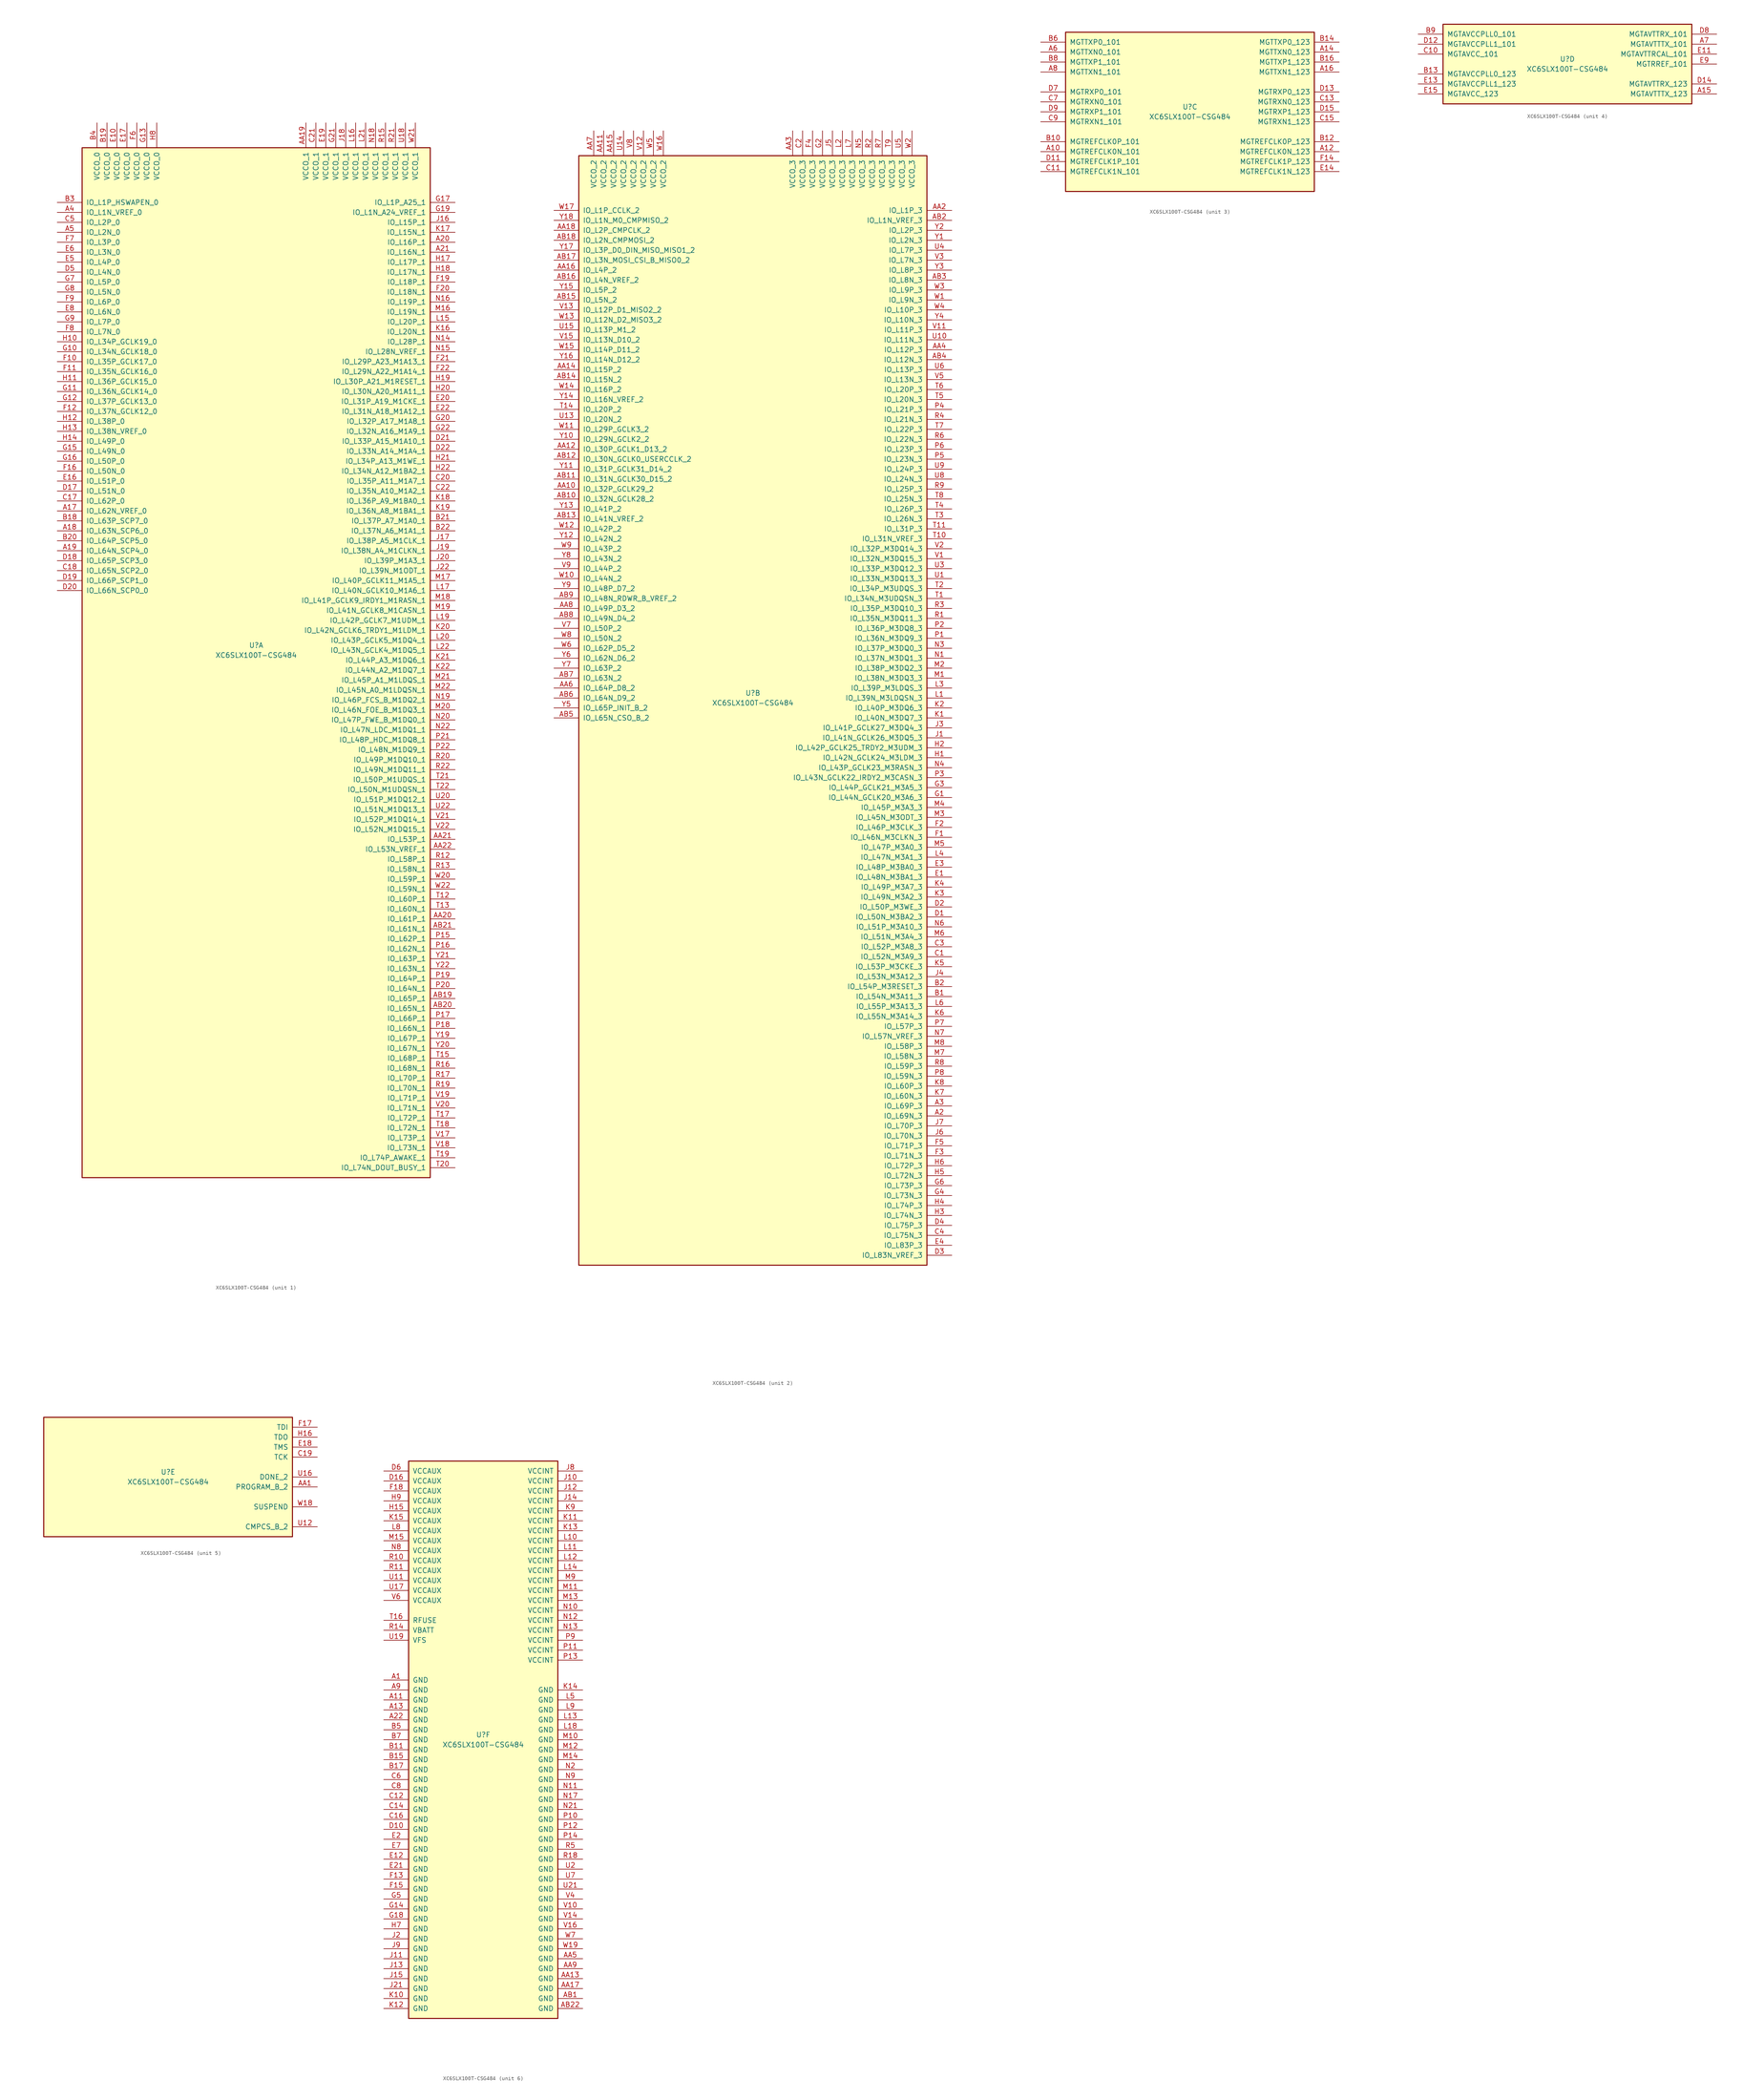
<source format=kicad_sym>
(kicad_symbol_lib
  (version 20211014)
  (generator kicad_symbol_editor)
  (symbol "XC6SLX100T-CSG484"
    (pin_names
      (offset 1.016))
    (property "Reference" "U"
      (at 0 1.27 0)
      (effects (font (size 1.27 1.27))))
    (property "Value" "XC6SLX100T-CSG484"
      (at 0 -1.27 0)
      (effects (font (size 1.27 1.27))))
    (property "Datasheet" ""
      (at 0 0 0)
      (effects (font (size 1.27 1.27))))
    (property "ki_locked" ""
      (at 0 0 0)
      (effects (font (size 1.27 1.27))))
    (symbol "XC6SLX100T-CSG484_1_1"
      (rectangle (start -44.45 128.27) (end 44.45 -134.62) (stroke (width 0.254) (type default) (color 0 0 0 0)) (fill (type background)))
      (pin bidirectional line (at -50.8 35.56 0) (length 6.35) (name "IO_L62N_VREF_0" (effects (font (size 1.27 1.27)))) (number "A17" (effects (font (size 1.27 1.27)))))
      (pin bidirectional line (at -50.8 30.48 0) (length 6.35) (name "IO_L63N_SCP6_0" (effects (font (size 1.27 1.27)))) (number "A18" (effects (font (size 1.27 1.27)))))
      (pin bidirectional line (at -50.8 25.4 0) (length 6.35) (name "IO_L64N_SCP4_0" (effects (font (size 1.27 1.27)))) (number "A19" (effects (font (size 1.27 1.27)))))
      (pin bidirectional line (at 50.8 104.14 180) (length 6.35) (name "IO_L16P_1" (effects (font (size 1.27 1.27)))) (number "A20" (effects (font (size 1.27 1.27)))))
      (pin bidirectional line (at 50.8 101.6 180) (length 6.35) (name "IO_L16N_1" (effects (font (size 1.27 1.27)))) (number "A21" (effects (font (size 1.27 1.27)))))
      (pin bidirectional line (at -50.8 111.76 0) (length 6.35) (name "IO_L1N_VREF_0" (effects (font (size 1.27 1.27)))) (number "A4" (effects (font (size 1.27 1.27)))))
      (pin bidirectional line (at -50.8 106.68 0) (length 6.35) (name "IO_L2N_0" (effects (font (size 1.27 1.27)))) (number "A5" (effects (font (size 1.27 1.27)))))
      (pin power_in line (at 12.7 134.62 270) (length 6.35) (name "VCCO_1" (effects (font (size 1.27 1.27)))) (number "AA19" (effects (font (size 1.27 1.27)))))
      (pin bidirectional line (at 50.8 -68.58 180) (length 6.35) (name "IO_L61P_1" (effects (font (size 1.27 1.27)))) (number "AA20" (effects (font (size 1.27 1.27)))))
      (pin bidirectional line (at 50.8 -48.26 180) (length 6.35) (name "IO_L53P_1" (effects (font (size 1.27 1.27)))) (number "AA21" (effects (font (size 1.27 1.27)))))
      (pin bidirectional line (at 50.8 -50.8 180) (length 6.35) (name "IO_L53N_VREF_1" (effects (font (size 1.27 1.27)))) (number "AA22" (effects (font (size 1.27 1.27)))))
      (pin bidirectional line (at 50.8 -88.9 180) (length 6.35) (name "IO_L65P_1" (effects (font (size 1.27 1.27)))) (number "AB19" (effects (font (size 1.27 1.27)))))
      (pin bidirectional line (at 50.8 -91.44 180) (length 6.35) (name "IO_L65N_1" (effects (font (size 1.27 1.27)))) (number "AB20" (effects (font (size 1.27 1.27)))))
      (pin bidirectional line (at 50.8 -71.12 180) (length 6.35) (name "IO_L61N_1" (effects (font (size 1.27 1.27)))) (number "AB21" (effects (font (size 1.27 1.27)))))
      (pin bidirectional line (at -50.8 33.02 0) (length 6.35) (name "IO_L63P_SCP7_0" (effects (font (size 1.27 1.27)))) (number "B18" (effects (font (size 1.27 1.27)))))
      (pin power_in line (at -38.1 134.62 270) (length 6.35) (name "VCCO_0" (effects (font (size 1.27 1.27)))) (number "B19" (effects (font (size 1.27 1.27)))))
      (pin bidirectional line (at -50.8 27.94 0) (length 6.35) (name "IO_L64P_SCP5_0" (effects (font (size 1.27 1.27)))) (number "B20" (effects (font (size 1.27 1.27)))))
      (pin bidirectional line (at 50.8 33.02 180) (length 6.35) (name "IO_L37P_A7_M1A0_1" (effects (font (size 1.27 1.27)))) (number "B21" (effects (font (size 1.27 1.27)))))
      (pin bidirectional line (at 50.8 30.48 180) (length 6.35) (name "IO_L37N_A6_M1A1_1" (effects (font (size 1.27 1.27)))) (number "B22" (effects (font (size 1.27 1.27)))))
      (pin bidirectional line (at -50.8 114.3 0) (length 6.35) (name "IO_L1P_HSWAPEN_0" (effects (font (size 1.27 1.27)))) (number "B3" (effects (font (size 1.27 1.27)))))
      (pin power_in line (at -40.64 134.62 270) (length 6.35) (name "VCCO_0" (effects (font (size 1.27 1.27)))) (number "B4" (effects (font (size 1.27 1.27)))))
      (pin bidirectional line (at -50.8 38.1 0) (length 6.35) (name "IO_L62P_0" (effects (font (size 1.27 1.27)))) (number "C17" (effects (font (size 1.27 1.27)))))
      (pin bidirectional line (at -50.8 20.32 0) (length 6.35) (name "IO_L65N_SCP2_0" (effects (font (size 1.27 1.27)))) (number "C18" (effects (font (size 1.27 1.27)))))
      (pin bidirectional line (at 50.8 43.18 180) (length 6.35) (name "IO_L35P_A11_M1A7_1" (effects (font (size 1.27 1.27)))) (number "C20" (effects (font (size 1.27 1.27)))))
      (pin power_in line (at 15.24 134.62 270) (length 6.35) (name "VCCO_1" (effects (font (size 1.27 1.27)))) (number "C21" (effects (font (size 1.27 1.27)))))
      (pin bidirectional line (at 50.8 40.64 180) (length 6.35) (name "IO_L35N_A10_M1A2_1" (effects (font (size 1.27 1.27)))) (number "C22" (effects (font (size 1.27 1.27)))))
      (pin bidirectional line (at -50.8 109.22 0) (length 6.35) (name "IO_L2P_0" (effects (font (size 1.27 1.27)))) (number "C5" (effects (font (size 1.27 1.27)))))
      (pin bidirectional line (at -50.8 40.64 0) (length 6.35) (name "IO_L51N_0" (effects (font (size 1.27 1.27)))) (number "D17" (effects (font (size 1.27 1.27)))))
      (pin bidirectional line (at -50.8 22.86 0) (length 6.35) (name "IO_L65P_SCP3_0" (effects (font (size 1.27 1.27)))) (number "D18" (effects (font (size 1.27 1.27)))))
      (pin bidirectional line (at -50.8 17.78 0) (length 6.35) (name "IO_L66P_SCP1_0" (effects (font (size 1.27 1.27)))) (number "D19" (effects (font (size 1.27 1.27)))))
      (pin bidirectional line (at -50.8 15.24 0) (length 6.35) (name "IO_L66N_SCP0_0" (effects (font (size 1.27 1.27)))) (number "D20" (effects (font (size 1.27 1.27)))))
      (pin bidirectional line (at 50.8 53.34 180) (length 6.35) (name "IO_L33P_A15_M1A10_1" (effects (font (size 1.27 1.27)))) (number "D21" (effects (font (size 1.27 1.27)))))
      (pin bidirectional line (at 50.8 50.8 180) (length 6.35) (name "IO_L33N_A14_M1A4_1" (effects (font (size 1.27 1.27)))) (number "D22" (effects (font (size 1.27 1.27)))))
      (pin bidirectional line (at -50.8 96.52 0) (length 6.35) (name "IO_L4N_0" (effects (font (size 1.27 1.27)))) (number "D5" (effects (font (size 1.27 1.27)))))
      (pin power_in line (at -35.56 134.62 270) (length 6.35) (name "VCCO_0" (effects (font (size 1.27 1.27)))) (number "E10" (effects (font (size 1.27 1.27)))))
      (pin bidirectional line (at -50.8 43.18 0) (length 6.35) (name "IO_L51P_0" (effects (font (size 1.27 1.27)))) (number "E16" (effects (font (size 1.27 1.27)))))
      (pin power_in line (at -33.02 134.62 270) (length 6.35) (name "VCCO_0" (effects (font (size 1.27 1.27)))) (number "E17" (effects (font (size 1.27 1.27)))))
      (pin power_in line (at 17.78 134.62 270) (length 6.35) (name "VCCO_1" (effects (font (size 1.27 1.27)))) (number "E19" (effects (font (size 1.27 1.27)))))
      (pin bidirectional line (at 50.8 63.5 180) (length 6.35) (name "IO_L31P_A19_M1CKE_1" (effects (font (size 1.27 1.27)))) (number "E20" (effects (font (size 1.27 1.27)))))
      (pin bidirectional line (at 50.8 60.96 180) (length 6.35) (name "IO_L31N_A18_M1A12_1" (effects (font (size 1.27 1.27)))) (number "E22" (effects (font (size 1.27 1.27)))))
      (pin bidirectional line (at -50.8 99.06 0) (length 6.35) (name "IO_L4P_0" (effects (font (size 1.27 1.27)))) (number "E5" (effects (font (size 1.27 1.27)))))
      (pin bidirectional line (at -50.8 101.6 0) (length 6.35) (name "IO_L3N_0" (effects (font (size 1.27 1.27)))) (number "E6" (effects (font (size 1.27 1.27)))))
      (pin bidirectional line (at -50.8 86.36 0) (length 6.35) (name "IO_L6N_0" (effects (font (size 1.27 1.27)))) (number "E8" (effects (font (size 1.27 1.27)))))
      (pin bidirectional line (at -50.8 73.66 0) (length 6.35) (name "IO_L35P_GCLK17_0" (effects (font (size 1.27 1.27)))) (number "F10" (effects (font (size 1.27 1.27)))))
      (pin bidirectional line (at -50.8 71.12 0) (length 6.35) (name "IO_L35N_GCLK16_0" (effects (font (size 1.27 1.27)))) (number "F11" (effects (font (size 1.27 1.27)))))
      (pin bidirectional line (at -50.8 60.96 0) (length 6.35) (name "IO_L37N_GCLK12_0" (effects (font (size 1.27 1.27)))) (number "F12" (effects (font (size 1.27 1.27)))))
      (pin bidirectional line (at -50.8 45.72 0) (length 6.35) (name "IO_L50N_0" (effects (font (size 1.27 1.27)))) (number "F16" (effects (font (size 1.27 1.27)))))
      (pin bidirectional line (at 50.8 93.98 180) (length 6.35) (name "IO_L18P_1" (effects (font (size 1.27 1.27)))) (number "F19" (effects (font (size 1.27 1.27)))))
      (pin bidirectional line (at 50.8 91.44 180) (length 6.35) (name "IO_L18N_1" (effects (font (size 1.27 1.27)))) (number "F20" (effects (font (size 1.27 1.27)))))
      (pin bidirectional line (at 50.8 73.66 180) (length 6.35) (name "IO_L29P_A23_M1A13_1" (effects (font (size 1.27 1.27)))) (number "F21" (effects (font (size 1.27 1.27)))))
      (pin bidirectional line (at 50.8 71.12 180) (length 6.35) (name "IO_L29N_A22_M1A14_1" (effects (font (size 1.27 1.27)))) (number "F22" (effects (font (size 1.27 1.27)))))
      (pin power_in line (at -30.48 134.62 270) (length 6.35) (name "VCCO_0" (effects (font (size 1.27 1.27)))) (number "F6" (effects (font (size 1.27 1.27)))))
      (pin bidirectional line (at -50.8 104.14 0) (length 6.35) (name "IO_L3P_0" (effects (font (size 1.27 1.27)))) (number "F7" (effects (font (size 1.27 1.27)))))
      (pin bidirectional line (at -50.8 81.28 0) (length 6.35) (name "IO_L7N_0" (effects (font (size 1.27 1.27)))) (number "F8" (effects (font (size 1.27 1.27)))))
      (pin bidirectional line (at -50.8 88.9 0) (length 6.35) (name "IO_L6P_0" (effects (font (size 1.27 1.27)))) (number "F9" (effects (font (size 1.27 1.27)))))
      (pin bidirectional line (at -50.8 76.2 0) (length 6.35) (name "IO_L34N_GCLK18_0" (effects (font (size 1.27 1.27)))) (number "G10" (effects (font (size 1.27 1.27)))))
      (pin bidirectional line (at -50.8 66.04 0) (length 6.35) (name "IO_L36N_GCLK14_0" (effects (font (size 1.27 1.27)))) (number "G11" (effects (font (size 1.27 1.27)))))
      (pin bidirectional line (at -50.8 63.5 0) (length 6.35) (name "IO_L37P_GCLK13_0" (effects (font (size 1.27 1.27)))) (number "G12" (effects (font (size 1.27 1.27)))))
      (pin power_in line (at -27.94 134.62 270) (length 6.35) (name "VCCO_0" (effects (font (size 1.27 1.27)))) (number "G13" (effects (font (size 1.27 1.27)))))
      (pin bidirectional line (at -50.8 50.8 0) (length 6.35) (name "IO_L49N_0" (effects (font (size 1.27 1.27)))) (number "G15" (effects (font (size 1.27 1.27)))))
      (pin bidirectional line (at -50.8 48.26 0) (length 6.35) (name "IO_L50P_0" (effects (font (size 1.27 1.27)))) (number "G16" (effects (font (size 1.27 1.27)))))
      (pin bidirectional line (at 50.8 114.3 180) (length 6.35) (name "IO_L1P_A25_1" (effects (font (size 1.27 1.27)))) (number "G17" (effects (font (size 1.27 1.27)))))
      (pin bidirectional line (at 50.8 111.76 180) (length 6.35) (name "IO_L1N_A24_VREF_1" (effects (font (size 1.27 1.27)))) (number "G19" (effects (font (size 1.27 1.27)))))
      (pin bidirectional line (at 50.8 58.42 180) (length 6.35) (name "IO_L32P_A17_M1A8_1" (effects (font (size 1.27 1.27)))) (number "G20" (effects (font (size 1.27 1.27)))))
      (pin power_in line (at 20.32 134.62 270) (length 6.35) (name "VCCO_1" (effects (font (size 1.27 1.27)))) (number "G21" (effects (font (size 1.27 1.27)))))
      (pin bidirectional line (at 50.8 55.88 180) (length 6.35) (name "IO_L32N_A16_M1A9_1" (effects (font (size 1.27 1.27)))) (number "G22" (effects (font (size 1.27 1.27)))))
      (pin bidirectional line (at -50.8 93.98 0) (length 6.35) (name "IO_L5P_0" (effects (font (size 1.27 1.27)))) (number "G7" (effects (font (size 1.27 1.27)))))
      (pin bidirectional line (at -50.8 91.44 0) (length 6.35) (name "IO_L5N_0" (effects (font (size 1.27 1.27)))) (number "G8" (effects (font (size 1.27 1.27)))))
      (pin bidirectional line (at -50.8 83.82 0) (length 6.35) (name "IO_L7P_0" (effects (font (size 1.27 1.27)))) (number "G9" (effects (font (size 1.27 1.27)))))
      (pin bidirectional line (at -50.8 78.74 0) (length 6.35) (name "IO_L34P_GCLK19_0" (effects (font (size 1.27 1.27)))) (number "H10" (effects (font (size 1.27 1.27)))))
      (pin bidirectional line (at -50.8 68.58 0) (length 6.35) (name "IO_L36P_GCLK15_0" (effects (font (size 1.27 1.27)))) (number "H11" (effects (font (size 1.27 1.27)))))
      (pin bidirectional line (at -50.8 58.42 0) (length 6.35) (name "IO_L38P_0" (effects (font (size 1.27 1.27)))) (number "H12" (effects (font (size 1.27 1.27)))))
      (pin bidirectional line (at -50.8 55.88 0) (length 6.35) (name "IO_L38N_VREF_0" (effects (font (size 1.27 1.27)))) (number "H13" (effects (font (size 1.27 1.27)))))
      (pin bidirectional line (at -50.8 53.34 0) (length 6.35) (name "IO_L49P_0" (effects (font (size 1.27 1.27)))) (number "H14" (effects (font (size 1.27 1.27)))))
      (pin bidirectional line (at 50.8 99.06 180) (length 6.35) (name "IO_L17P_1" (effects (font (size 1.27 1.27)))) (number "H17" (effects (font (size 1.27 1.27)))))
      (pin bidirectional line (at 50.8 96.52 180) (length 6.35) (name "IO_L17N_1" (effects (font (size 1.27 1.27)))) (number "H18" (effects (font (size 1.27 1.27)))))
      (pin bidirectional line (at 50.8 68.58 180) (length 6.35) (name "IO_L30P_A21_M1RESET_1" (effects (font (size 1.27 1.27)))) (number "H19" (effects (font (size 1.27 1.27)))))
      (pin bidirectional line (at 50.8 66.04 180) (length 6.35) (name "IO_L30N_A20_M1A11_1" (effects (font (size 1.27 1.27)))) (number "H20" (effects (font (size 1.27 1.27)))))
      (pin bidirectional line (at 50.8 48.26 180) (length 6.35) (name "IO_L34P_A13_M1WE_1" (effects (font (size 1.27 1.27)))) (number "H21" (effects (font (size 1.27 1.27)))))
      (pin bidirectional line (at 50.8 45.72 180) (length 6.35) (name "IO_L34N_A12_M1BA2_1" (effects (font (size 1.27 1.27)))) (number "H22" (effects (font (size 1.27 1.27)))))
      (pin power_in line (at -25.4 134.62 270) (length 6.35) (name "VCCO_0" (effects (font (size 1.27 1.27)))) (number "H8" (effects (font (size 1.27 1.27)))))
      (pin bidirectional line (at 50.8 109.22 180) (length 6.35) (name "IO_L15P_1" (effects (font (size 1.27 1.27)))) (number "J16" (effects (font (size 1.27 1.27)))))
      (pin bidirectional line (at 50.8 27.94 180) (length 6.35) (name "IO_L38P_A5_M1CLK_1" (effects (font (size 1.27 1.27)))) (number "J17" (effects (font (size 1.27 1.27)))))
      (pin power_in line (at 22.86 134.62 270) (length 6.35) (name "VCCO_1" (effects (font (size 1.27 1.27)))) (number "J18" (effects (font (size 1.27 1.27)))))
      (pin bidirectional line (at 50.8 25.4 180) (length 6.35) (name "IO_L38N_A4_M1CLKN_1" (effects (font (size 1.27 1.27)))) (number "J19" (effects (font (size 1.27 1.27)))))
      (pin bidirectional line (at 50.8 22.86 180) (length 6.35) (name "IO_L39P_M1A3_1" (effects (font (size 1.27 1.27)))) (number "J20" (effects (font (size 1.27 1.27)))))
      (pin bidirectional line (at 50.8 20.32 180) (length 6.35) (name "IO_L39N_M1ODT_1" (effects (font (size 1.27 1.27)))) (number "J22" (effects (font (size 1.27 1.27)))))
      (pin bidirectional line (at 50.8 81.28 180) (length 6.35) (name "IO_L20N_1" (effects (font (size 1.27 1.27)))) (number "K16" (effects (font (size 1.27 1.27)))))
      (pin bidirectional line (at 50.8 106.68 180) (length 6.35) (name "IO_L15N_1" (effects (font (size 1.27 1.27)))) (number "K17" (effects (font (size 1.27 1.27)))))
      (pin bidirectional line (at 50.8 38.1 180) (length 6.35) (name "IO_L36P_A9_M1BA0_1" (effects (font (size 1.27 1.27)))) (number "K18" (effects (font (size 1.27 1.27)))))
      (pin bidirectional line (at 50.8 35.56 180) (length 6.35) (name "IO_L36N_A8_M1BA1_1" (effects (font (size 1.27 1.27)))) (number "K19" (effects (font (size 1.27 1.27)))))
      (pin bidirectional line (at 50.8 5.08 180) (length 6.35) (name "IO_L42N_GCLK6_TRDY1_M1LDM_1" (effects (font (size 1.27 1.27)))) (number "K20" (effects (font (size 1.27 1.27)))))
      (pin bidirectional line (at 50.8 -2.54 180) (length 6.35) (name "IO_L44P_A3_M1DQ6_1" (effects (font (size 1.27 1.27)))) (number "K21" (effects (font (size 1.27 1.27)))))
      (pin bidirectional line (at 50.8 -5.08 180) (length 6.35) (name "IO_L44N_A2_M1DQ7_1" (effects (font (size 1.27 1.27)))) (number "K22" (effects (font (size 1.27 1.27)))))
      (pin bidirectional line (at 50.8 83.82 180) (length 6.35) (name "IO_L20P_1" (effects (font (size 1.27 1.27)))) (number "L15" (effects (font (size 1.27 1.27)))))
      (pin power_in line (at 25.4 134.62 270) (length 6.35) (name "VCCO_1" (effects (font (size 1.27 1.27)))) (number "L16" (effects (font (size 1.27 1.27)))))
      (pin bidirectional line (at 50.8 15.24 180) (length 6.35) (name "IO_L40N_GCLK10_M1A6_1" (effects (font (size 1.27 1.27)))) (number "L17" (effects (font (size 1.27 1.27)))))
      (pin bidirectional line (at 50.8 7.62 180) (length 6.35) (name "IO_L42P_GCLK7_M1UDM_1" (effects (font (size 1.27 1.27)))) (number "L19" (effects (font (size 1.27 1.27)))))
      (pin bidirectional line (at 50.8 2.54 180) (length 6.35) (name "IO_L43P_GCLK5_M1DQ4_1" (effects (font (size 1.27 1.27)))) (number "L20" (effects (font (size 1.27 1.27)))))
      (pin power_in line (at 27.94 134.62 270) (length 6.35) (name "VCCO_1" (effects (font (size 1.27 1.27)))) (number "L21" (effects (font (size 1.27 1.27)))))
      (pin bidirectional line (at 50.8 0 180) (length 6.35) (name "IO_L43N_GCLK4_M1DQ5_1" (effects (font (size 1.27 1.27)))) (number "L22" (effects (font (size 1.27 1.27)))))
      (pin bidirectional line (at 50.8 86.36 180) (length 6.35) (name "IO_L19N_1" (effects (font (size 1.27 1.27)))) (number "M16" (effects (font (size 1.27 1.27)))))
      (pin bidirectional line (at 50.8 17.78 180) (length 6.35) (name "IO_L40P_GCLK11_M1A5_1" (effects (font (size 1.27 1.27)))) (number "M17" (effects (font (size 1.27 1.27)))))
      (pin bidirectional line (at 50.8 12.7 180) (length 6.35) (name "IO_L41P_GCLK9_IRDY1_M1RASN_1" (effects (font (size 1.27 1.27)))) (number "M18" (effects (font (size 1.27 1.27)))))
      (pin bidirectional line (at 50.8 10.16 180) (length 6.35) (name "IO_L41N_GCLK8_M1CASN_1" (effects (font (size 1.27 1.27)))) (number "M19" (effects (font (size 1.27 1.27)))))
      (pin bidirectional line (at 50.8 -15.24 180) (length 6.35) (name "IO_L46N_FOE_B_M1DQ3_1" (effects (font (size 1.27 1.27)))) (number "M20" (effects (font (size 1.27 1.27)))))
      (pin bidirectional line (at 50.8 -7.62 180) (length 6.35) (name "IO_L45P_A1_M1LDQS_1" (effects (font (size 1.27 1.27)))) (number "M21" (effects (font (size 1.27 1.27)))))
      (pin bidirectional line (at 50.8 -10.16 180) (length 6.35) (name "IO_L45N_A0_M1LDQSN_1" (effects (font (size 1.27 1.27)))) (number "M22" (effects (font (size 1.27 1.27)))))
      (pin bidirectional line (at 50.8 78.74 180) (length 6.35) (name "IO_L28P_1" (effects (font (size 1.27 1.27)))) (number "N14" (effects (font (size 1.27 1.27)))))
      (pin bidirectional line (at 50.8 76.2 180) (length 6.35) (name "IO_L28N_VREF_1" (effects (font (size 1.27 1.27)))) (number "N15" (effects (font (size 1.27 1.27)))))
      (pin bidirectional line (at 50.8 88.9 180) (length 6.35) (name "IO_L19P_1" (effects (font (size 1.27 1.27)))) (number "N16" (effects (font (size 1.27 1.27)))))
      (pin power_in line (at 30.48 134.62 270) (length 6.35) (name "VCCO_1" (effects (font (size 1.27 1.27)))) (number "N18" (effects (font (size 1.27 1.27)))))
      (pin bidirectional line (at 50.8 -12.7 180) (length 6.35) (name "IO_L46P_FCS_B_M1DQ2_1" (effects (font (size 1.27 1.27)))) (number "N19" (effects (font (size 1.27 1.27)))))
      (pin bidirectional line (at 50.8 -17.78 180) (length 6.35) (name "IO_L47P_FWE_B_M1DQ0_1" (effects (font (size 1.27 1.27)))) (number "N20" (effects (font (size 1.27 1.27)))))
      (pin bidirectional line (at 50.8 -20.32 180) (length 6.35) (name "IO_L47N_LDC_M1DQ1_1" (effects (font (size 1.27 1.27)))) (number "N22" (effects (font (size 1.27 1.27)))))
      (pin bidirectional line (at 50.8 -73.66 180) (length 6.35) (name "IO_L62P_1" (effects (font (size 1.27 1.27)))) (number "P15" (effects (font (size 1.27 1.27)))))
      (pin bidirectional line (at 50.8 -76.2 180) (length 6.35) (name "IO_L62N_1" (effects (font (size 1.27 1.27)))) (number "P16" (effects (font (size 1.27 1.27)))))
      (pin bidirectional line (at 50.8 -93.98 180) (length 6.35) (name "IO_L66P_1" (effects (font (size 1.27 1.27)))) (number "P17" (effects (font (size 1.27 1.27)))))
      (pin bidirectional line (at 50.8 -96.52 180) (length 6.35) (name "IO_L66N_1" (effects (font (size 1.27 1.27)))) (number "P18" (effects (font (size 1.27 1.27)))))
      (pin bidirectional line (at 50.8 -83.82 180) (length 6.35) (name "IO_L64P_1" (effects (font (size 1.27 1.27)))) (number "P19" (effects (font (size 1.27 1.27)))))
      (pin bidirectional line (at 50.8 -86.36 180) (length 6.35) (name "IO_L64N_1" (effects (font (size 1.27 1.27)))) (number "P20" (effects (font (size 1.27 1.27)))))
      (pin bidirectional line (at 50.8 -22.86 180) (length 6.35) (name "IO_L48P_HDC_M1DQ8_1" (effects (font (size 1.27 1.27)))) (number "P21" (effects (font (size 1.27 1.27)))))
      (pin bidirectional line (at 50.8 -25.4 180) (length 6.35) (name "IO_L48N_M1DQ9_1" (effects (font (size 1.27 1.27)))) (number "P22" (effects (font (size 1.27 1.27)))))
      (pin bidirectional line (at 50.8 -53.34 180) (length 6.35) (name "IO_L58P_1" (effects (font (size 1.27 1.27)))) (number "R12" (effects (font (size 1.27 1.27)))))
      (pin bidirectional line (at 50.8 -55.88 180) (length 6.35) (name "IO_L58N_1" (effects (font (size 1.27 1.27)))) (number "R13" (effects (font (size 1.27 1.27)))))
      (pin power_in line (at 33.02 134.62 270) (length 6.35) (name "VCCO_1" (effects (font (size 1.27 1.27)))) (number "R15" (effects (font (size 1.27 1.27)))))
      (pin bidirectional line (at 50.8 -106.68 180) (length 6.35) (name "IO_L68N_1" (effects (font (size 1.27 1.27)))) (number "R16" (effects (font (size 1.27 1.27)))))
      (pin bidirectional line (at 50.8 -109.22 180) (length 6.35) (name "IO_L70P_1" (effects (font (size 1.27 1.27)))) (number "R17" (effects (font (size 1.27 1.27)))))
      (pin bidirectional line (at 50.8 -111.76 180) (length 6.35) (name "IO_L70N_1" (effects (font (size 1.27 1.27)))) (number "R19" (effects (font (size 1.27 1.27)))))
      (pin bidirectional line (at 50.8 -27.94 180) (length 6.35) (name "IO_L49P_M1DQ10_1" (effects (font (size 1.27 1.27)))) (number "R20" (effects (font (size 1.27 1.27)))))
      (pin power_in line (at 35.56 134.62 270) (length 6.35) (name "VCCO_1" (effects (font (size 1.27 1.27)))) (number "R21" (effects (font (size 1.27 1.27)))))
      (pin bidirectional line (at 50.8 -30.48 180) (length 6.35) (name "IO_L49N_M1DQ11_1" (effects (font (size 1.27 1.27)))) (number "R22" (effects (font (size 1.27 1.27)))))
      (pin bidirectional line (at 50.8 -63.5 180) (length 6.35) (name "IO_L60P_1" (effects (font (size 1.27 1.27)))) (number "T12" (effects (font (size 1.27 1.27)))))
      (pin bidirectional line (at 50.8 -66.04 180) (length 6.35) (name "IO_L60N_1" (effects (font (size 1.27 1.27)))) (number "T13" (effects (font (size 1.27 1.27)))))
      (pin bidirectional line (at 50.8 -104.14 180) (length 6.35) (name "IO_L68P_1" (effects (font (size 1.27 1.27)))) (number "T15" (effects (font (size 1.27 1.27)))))
      (pin bidirectional line (at 50.8 -119.38 180) (length 6.35) (name "IO_L72P_1" (effects (font (size 1.27 1.27)))) (number "T17" (effects (font (size 1.27 1.27)))))
      (pin bidirectional line (at 50.8 -121.92 180) (length 6.35) (name "IO_L72N_1" (effects (font (size 1.27 1.27)))) (number "T18" (effects (font (size 1.27 1.27)))))
      (pin bidirectional line (at 50.8 -129.54 180) (length 6.35) (name "IO_L74P_AWAKE_1" (effects (font (size 1.27 1.27)))) (number "T19" (effects (font (size 1.27 1.27)))))
      (pin bidirectional line (at 50.8 -132.08 180) (length 6.35) (name "IO_L74N_DOUT_BUSY_1" (effects (font (size 1.27 1.27)))) (number "T20" (effects (font (size 1.27 1.27)))))
      (pin bidirectional line (at 50.8 -33.02 180) (length 6.35) (name "IO_L50P_M1UDQS_1" (effects (font (size 1.27 1.27)))) (number "T21" (effects (font (size 1.27 1.27)))))
      (pin bidirectional line (at 50.8 -35.56 180) (length 6.35) (name "IO_L50N_M1UDQSN_1" (effects (font (size 1.27 1.27)))) (number "T22" (effects (font (size 1.27 1.27)))))
      (pin power_in line (at 38.1 134.62 270) (length 6.35) (name "VCCO_1" (effects (font (size 1.27 1.27)))) (number "U18" (effects (font (size 1.27 1.27)))))
      (pin bidirectional line (at 50.8 -38.1 180) (length 6.35) (name "IO_L51P_M1DQ12_1" (effects (font (size 1.27 1.27)))) (number "U20" (effects (font (size 1.27 1.27)))))
      (pin bidirectional line (at 50.8 -40.64 180) (length 6.35) (name "IO_L51N_M1DQ13_1" (effects (font (size 1.27 1.27)))) (number "U22" (effects (font (size 1.27 1.27)))))
      (pin bidirectional line (at 50.8 -124.46 180) (length 6.35) (name "IO_L73P_1" (effects (font (size 1.27 1.27)))) (number "V17" (effects (font (size 1.27 1.27)))))
      (pin bidirectional line (at 50.8 -127 180) (length 6.35) (name "IO_L73N_1" (effects (font (size 1.27 1.27)))) (number "V18" (effects (font (size 1.27 1.27)))))
      (pin bidirectional line (at 50.8 -114.3 180) (length 6.35) (name "IO_L71P_1" (effects (font (size 1.27 1.27)))) (number "V19" (effects (font (size 1.27 1.27)))))
      (pin bidirectional line (at 50.8 -116.84 180) (length 6.35) (name "IO_L71N_1" (effects (font (size 1.27 1.27)))) (number "V20" (effects (font (size 1.27 1.27)))))
      (pin bidirectional line (at 50.8 -43.18 180) (length 6.35) (name "IO_L52P_M1DQ14_1" (effects (font (size 1.27 1.27)))) (number "V21" (effects (font (size 1.27 1.27)))))
      (pin bidirectional line (at 50.8 -45.72 180) (length 6.35) (name "IO_L52N_M1DQ15_1" (effects (font (size 1.27 1.27)))) (number "V22" (effects (font (size 1.27 1.27)))))
      (pin bidirectional line (at 50.8 -58.42 180) (length 6.35) (name "IO_L59P_1" (effects (font (size 1.27 1.27)))) (number "W20" (effects (font (size 1.27 1.27)))))
      (pin power_in line (at 40.64 134.62 270) (length 6.35) (name "VCCO_1" (effects (font (size 1.27 1.27)))) (number "W21" (effects (font (size 1.27 1.27)))))
      (pin bidirectional line (at 50.8 -60.96 180) (length 6.35) (name "IO_L59N_1" (effects (font (size 1.27 1.27)))) (number "W22" (effects (font (size 1.27 1.27)))))
      (pin bidirectional line (at 50.8 -99.06 180) (length 6.35) (name "IO_L67P_1" (effects (font (size 1.27 1.27)))) (number "Y19" (effects (font (size 1.27 1.27)))))
      (pin bidirectional line (at 50.8 -101.6 180) (length 6.35) (name "IO_L67N_1" (effects (font (size 1.27 1.27)))) (number "Y20" (effects (font (size 1.27 1.27)))))
      (pin bidirectional line (at 50.8 -78.74 180) (length 6.35) (name "IO_L63P_1" (effects (font (size 1.27 1.27)))) (number "Y21" (effects (font (size 1.27 1.27)))))
      (pin bidirectional line (at 50.8 -81.28 180) (length 6.35) (name "IO_L63N_1" (effects (font (size 1.27 1.27)))) (number "Y22" (effects (font (size 1.27 1.27))))))
    (symbol "XC6SLX100T-CSG484_2_1"
      (rectangle (start -44.45 138.43) (end 44.45 -144.78) (stroke (width 0.254) (type default) (color 0 0 0 0)) (fill (type background)))
      (pin bidirectional line (at 50.8 -106.68 180) (length 6.35) (name "IO_L69N_3" (effects (font (size 1.27 1.27)))) (number "A2" (effects (font (size 1.27 1.27)))))
      (pin bidirectional line (at 50.8 -104.14 180) (length 6.35) (name "IO_L69P_3" (effects (font (size 1.27 1.27)))) (number "A3" (effects (font (size 1.27 1.27)))))
      (pin bidirectional line (at -50.8 53.34 0) (length 6.35) (name "IO_L32P_GCLK29_2" (effects (font (size 1.27 1.27)))) (number "AA10" (effects (font (size 1.27 1.27)))))
      (pin power_in line (at -38.1 144.78 270) (length 6.35) (name "VCCO_2" (effects (font (size 1.27 1.27)))) (number "AA11" (effects (font (size 1.27 1.27)))))
      (pin bidirectional line (at -50.8 63.5 0) (length 6.35) (name "IO_L30P_GCLK1_D13_2" (effects (font (size 1.27 1.27)))) (number "AA12" (effects (font (size 1.27 1.27)))))
      (pin bidirectional line (at -50.8 83.82 0) (length 6.35) (name "IO_L15P_2" (effects (font (size 1.27 1.27)))) (number "AA14" (effects (font (size 1.27 1.27)))))
      (pin power_in line (at -35.56 144.78 270) (length 6.35) (name "VCCO_2" (effects (font (size 1.27 1.27)))) (number "AA15" (effects (font (size 1.27 1.27)))))
      (pin bidirectional line (at -50.8 109.22 0) (length 6.35) (name "IO_L4P_2" (effects (font (size 1.27 1.27)))) (number "AA16" (effects (font (size 1.27 1.27)))))
      (pin bidirectional line (at -50.8 119.38 0) (length 6.35) (name "IO_L2P_CMPCLK_2" (effects (font (size 1.27 1.27)))) (number "AA18" (effects (font (size 1.27 1.27)))))
      (pin bidirectional line (at 50.8 124.46 180) (length 6.35) (name "IO_L1P_3" (effects (font (size 1.27 1.27)))) (number "AA2" (effects (font (size 1.27 1.27)))))
      (pin power_in line (at 10.16 144.78 270) (length 6.35) (name "VCCO_3" (effects (font (size 1.27 1.27)))) (number "AA3" (effects (font (size 1.27 1.27)))))
      (pin bidirectional line (at 50.8 88.9 180) (length 6.35) (name "IO_L12P_3" (effects (font (size 1.27 1.27)))) (number "AA4" (effects (font (size 1.27 1.27)))))
      (pin bidirectional line (at -50.8 2.54 0) (length 6.35) (name "IO_L64P_D8_2" (effects (font (size 1.27 1.27)))) (number "AA6" (effects (font (size 1.27 1.27)))))
      (pin power_in line (at -40.64 144.78 270) (length 6.35) (name "VCCO_2" (effects (font (size 1.27 1.27)))) (number "AA7" (effects (font (size 1.27 1.27)))))
      (pin bidirectional line (at -50.8 22.86 0) (length 6.35) (name "IO_L49P_D3_2" (effects (font (size 1.27 1.27)))) (number "AA8" (effects (font (size 1.27 1.27)))))
      (pin bidirectional line (at -50.8 50.8 0) (length 6.35) (name "IO_L32N_GCLK28_2" (effects (font (size 1.27 1.27)))) (number "AB10" (effects (font (size 1.27 1.27)))))
      (pin bidirectional line (at -50.8 55.88 0) (length 6.35) (name "IO_L31N_GCLK30_D15_2" (effects (font (size 1.27 1.27)))) (number "AB11" (effects (font (size 1.27 1.27)))))
      (pin bidirectional line (at -50.8 60.96 0) (length 6.35) (name "IO_L30N_GCLK0_USERCCLK_2" (effects (font (size 1.27 1.27)))) (number "AB12" (effects (font (size 1.27 1.27)))))
      (pin bidirectional line (at -50.8 45.72 0) (length 6.35) (name "IO_L41N_VREF_2" (effects (font (size 1.27 1.27)))) (number "AB13" (effects (font (size 1.27 1.27)))))
      (pin bidirectional line (at -50.8 81.28 0) (length 6.35) (name "IO_L15N_2" (effects (font (size 1.27 1.27)))) (number "AB14" (effects (font (size 1.27 1.27)))))
      (pin bidirectional line (at -50.8 101.6 0) (length 6.35) (name "IO_L5N_2" (effects (font (size 1.27 1.27)))) (number "AB15" (effects (font (size 1.27 1.27)))))
      (pin bidirectional line (at -50.8 106.68 0) (length 6.35) (name "IO_L4N_VREF_2" (effects (font (size 1.27 1.27)))) (number "AB16" (effects (font (size 1.27 1.27)))))
      (pin bidirectional line (at -50.8 111.76 0) (length 6.35) (name "IO_L3N_MOSI_CSI_B_MISO0_2" (effects (font (size 1.27 1.27)))) (number "AB17" (effects (font (size 1.27 1.27)))))
      (pin bidirectional line (at -50.8 116.84 0) (length 6.35) (name "IO_L2N_CMPMOSI_2" (effects (font (size 1.27 1.27)))) (number "AB18" (effects (font (size 1.27 1.27)))))
      (pin bidirectional line (at 50.8 121.92 180) (length 6.35) (name "IO_L1N_VREF_3" (effects (font (size 1.27 1.27)))) (number "AB2" (effects (font (size 1.27 1.27)))))
      (pin bidirectional line (at 50.8 106.68 180) (length 6.35) (name "IO_L8N_3" (effects (font (size 1.27 1.27)))) (number "AB3" (effects (font (size 1.27 1.27)))))
      (pin bidirectional line (at 50.8 86.36 180) (length 6.35) (name "IO_L12N_3" (effects (font (size 1.27 1.27)))) (number "AB4" (effects (font (size 1.27 1.27)))))
      (pin bidirectional line (at -50.8 -5.08 0) (length 6.35) (name "IO_L65N_CSO_B_2" (effects (font (size 1.27 1.27)))) (number "AB5" (effects (font (size 1.27 1.27)))))
      (pin bidirectional line (at -50.8 0 0) (length 6.35) (name "IO_L64N_D9_2" (effects (font (size 1.27 1.27)))) (number "AB6" (effects (font (size 1.27 1.27)))))
      (pin bidirectional line (at -50.8 5.08 0) (length 6.35) (name "IO_L63N_2" (effects (font (size 1.27 1.27)))) (number "AB7" (effects (font (size 1.27 1.27)))))
      (pin bidirectional line (at -50.8 20.32 0) (length 6.35) (name "IO_L49N_D4_2" (effects (font (size 1.27 1.27)))) (number "AB8" (effects (font (size 1.27 1.27)))))
      (pin bidirectional line (at -50.8 25.4 0) (length 6.35) (name "IO_L48N_RDWR_B_VREF_2" (effects (font (size 1.27 1.27)))) (number "AB9" (effects (font (size 1.27 1.27)))))
      (pin bidirectional line (at 50.8 -76.2 180) (length 6.35) (name "IO_L54N_M3A11_3" (effects (font (size 1.27 1.27)))) (number "B1" (effects (font (size 1.27 1.27)))))
      (pin bidirectional line (at 50.8 -73.66 180) (length 6.35) (name "IO_L54P_M3RESET_3" (effects (font (size 1.27 1.27)))) (number "B2" (effects (font (size 1.27 1.27)))))
      (pin bidirectional line (at 50.8 -66.04 180) (length 6.35) (name "IO_L52N_M3A9_3" (effects (font (size 1.27 1.27)))) (number "C1" (effects (font (size 1.27 1.27)))))
      (pin power_in line (at 12.7 144.78 270) (length 6.35) (name "VCCO_3" (effects (font (size 1.27 1.27)))) (number "C2" (effects (font (size 1.27 1.27)))))
      (pin bidirectional line (at 50.8 -63.5 180) (length 6.35) (name "IO_L52P_M3A8_3" (effects (font (size 1.27 1.27)))) (number "C3" (effects (font (size 1.27 1.27)))))
      (pin bidirectional line (at 50.8 -137.16 180) (length 6.35) (name "IO_L75N_3" (effects (font (size 1.27 1.27)))) (number "C4" (effects (font (size 1.27 1.27)))))
      (pin bidirectional line (at 50.8 -55.88 180) (length 6.35) (name "IO_L50N_M3BA2_3" (effects (font (size 1.27 1.27)))) (number "D1" (effects (font (size 1.27 1.27)))))
      (pin bidirectional line (at 50.8 -53.34 180) (length 6.35) (name "IO_L50P_M3WE_3" (effects (font (size 1.27 1.27)))) (number "D2" (effects (font (size 1.27 1.27)))))
      (pin bidirectional line (at 50.8 -142.24 180) (length 6.35) (name "IO_L83N_VREF_3" (effects (font (size 1.27 1.27)))) (number "D3" (effects (font (size 1.27 1.27)))))
      (pin bidirectional line (at 50.8 -134.62 180) (length 6.35) (name "IO_L75P_3" (effects (font (size 1.27 1.27)))) (number "D4" (effects (font (size 1.27 1.27)))))
      (pin bidirectional line (at 50.8 -45.72 180) (length 6.35) (name "IO_L48N_M3BA1_3" (effects (font (size 1.27 1.27)))) (number "E1" (effects (font (size 1.27 1.27)))))
      (pin bidirectional line (at 50.8 -43.18 180) (length 6.35) (name "IO_L48P_M3BA0_3" (effects (font (size 1.27 1.27)))) (number "E3" (effects (font (size 1.27 1.27)))))
      (pin bidirectional line (at 50.8 -139.7 180) (length 6.35) (name "IO_L83P_3" (effects (font (size 1.27 1.27)))) (number "E4" (effects (font (size 1.27 1.27)))))
      (pin bidirectional line (at 50.8 -35.56 180) (length 6.35) (name "IO_L46N_M3CLKN_3" (effects (font (size 1.27 1.27)))) (number "F1" (effects (font (size 1.27 1.27)))))
      (pin bidirectional line (at 50.8 -33.02 180) (length 6.35) (name "IO_L46P_M3CLK_3" (effects (font (size 1.27 1.27)))) (number "F2" (effects (font (size 1.27 1.27)))))
      (pin bidirectional line (at 50.8 -116.84 180) (length 6.35) (name "IO_L71N_3" (effects (font (size 1.27 1.27)))) (number "F3" (effects (font (size 1.27 1.27)))))
      (pin power_in line (at 15.24 144.78 270) (length 6.35) (name "VCCO_3" (effects (font (size 1.27 1.27)))) (number "F4" (effects (font (size 1.27 1.27)))))
      (pin bidirectional line (at 50.8 -114.3 180) (length 6.35) (name "IO_L71P_3" (effects (font (size 1.27 1.27)))) (number "F5" (effects (font (size 1.27 1.27)))))
      (pin bidirectional line (at 50.8 -25.4 180) (length 6.35) (name "IO_L44N_GCLK20_M3A6_3" (effects (font (size 1.27 1.27)))) (number "G1" (effects (font (size 1.27 1.27)))))
      (pin power_in line (at 17.78 144.78 270) (length 6.35) (name "VCCO_3" (effects (font (size 1.27 1.27)))) (number "G2" (effects (font (size 1.27 1.27)))))
      (pin bidirectional line (at 50.8 -22.86 180) (length 6.35) (name "IO_L44P_GCLK21_M3A5_3" (effects (font (size 1.27 1.27)))) (number "G3" (effects (font (size 1.27 1.27)))))
      (pin bidirectional line (at 50.8 -127 180) (length 6.35) (name "IO_L73N_3" (effects (font (size 1.27 1.27)))) (number "G4" (effects (font (size 1.27 1.27)))))
      (pin bidirectional line (at 50.8 -124.46 180) (length 6.35) (name "IO_L73P_3" (effects (font (size 1.27 1.27)))) (number "G6" (effects (font (size 1.27 1.27)))))
      (pin bidirectional line (at 50.8 -15.24 180) (length 6.35) (name "IO_L42N_GCLK24_M3LDM_3" (effects (font (size 1.27 1.27)))) (number "H1" (effects (font (size 1.27 1.27)))))
      (pin bidirectional line (at 50.8 -12.7 180) (length 6.35) (name "IO_L42P_GCLK25_TRDY2_M3UDM_3" (effects (font (size 1.27 1.27)))) (number "H2" (effects (font (size 1.27 1.27)))))
      (pin bidirectional line (at 50.8 -132.08 180) (length 6.35) (name "IO_L74N_3" (effects (font (size 1.27 1.27)))) (number "H3" (effects (font (size 1.27 1.27)))))
      (pin bidirectional line (at 50.8 -129.54 180) (length 6.35) (name "IO_L74P_3" (effects (font (size 1.27 1.27)))) (number "H4" (effects (font (size 1.27 1.27)))))
      (pin bidirectional line (at 50.8 -121.92 180) (length 6.35) (name "IO_L72N_3" (effects (font (size 1.27 1.27)))) (number "H5" (effects (font (size 1.27 1.27)))))
      (pin bidirectional line (at 50.8 -119.38 180) (length 6.35) (name "IO_L72P_3" (effects (font (size 1.27 1.27)))) (number "H6" (effects (font (size 1.27 1.27)))))
      (pin bidirectional line (at 50.8 -10.16 180) (length 6.35) (name "IO_L41N_GCLK26_M3DQ5_3" (effects (font (size 1.27 1.27)))) (number "J1" (effects (font (size 1.27 1.27)))))
      (pin bidirectional line (at 50.8 -7.62 180) (length 6.35) (name "IO_L41P_GCLK27_M3DQ4_3" (effects (font (size 1.27 1.27)))) (number "J3" (effects (font (size 1.27 1.27)))))
      (pin bidirectional line (at 50.8 -71.12 180) (length 6.35) (name "IO_L53N_M3A12_3" (effects (font (size 1.27 1.27)))) (number "J4" (effects (font (size 1.27 1.27)))))
      (pin power_in line (at 20.32 144.78 270) (length 6.35) (name "VCCO_3" (effects (font (size 1.27 1.27)))) (number "J5" (effects (font (size 1.27 1.27)))))
      (pin bidirectional line (at 50.8 -111.76 180) (length 6.35) (name "IO_L70N_3" (effects (font (size 1.27 1.27)))) (number "J6" (effects (font (size 1.27 1.27)))))
      (pin bidirectional line (at 50.8 -109.22 180) (length 6.35) (name "IO_L70P_3" (effects (font (size 1.27 1.27)))) (number "J7" (effects (font (size 1.27 1.27)))))
      (pin bidirectional line (at 50.8 -5.08 180) (length 6.35) (name "IO_L40N_M3DQ7_3" (effects (font (size 1.27 1.27)))) (number "K1" (effects (font (size 1.27 1.27)))))
      (pin bidirectional line (at 50.8 -2.54 180) (length 6.35) (name "IO_L40P_M3DQ6_3" (effects (font (size 1.27 1.27)))) (number "K2" (effects (font (size 1.27 1.27)))))
      (pin bidirectional line (at 50.8 -50.8 180) (length 6.35) (name "IO_L49N_M3A2_3" (effects (font (size 1.27 1.27)))) (number "K3" (effects (font (size 1.27 1.27)))))
      (pin bidirectional line (at 50.8 -48.26 180) (length 6.35) (name "IO_L49P_M3A7_3" (effects (font (size 1.27 1.27)))) (number "K4" (effects (font (size 1.27 1.27)))))
      (pin bidirectional line (at 50.8 -68.58 180) (length 6.35) (name "IO_L53P_M3CKE_3" (effects (font (size 1.27 1.27)))) (number "K5" (effects (font (size 1.27 1.27)))))
      (pin bidirectional line (at 50.8 -81.28 180) (length 6.35) (name "IO_L55N_M3A14_3" (effects (font (size 1.27 1.27)))) (number "K6" (effects (font (size 1.27 1.27)))))
      (pin bidirectional line (at 50.8 -101.6 180) (length 6.35) (name "IO_L60N_3" (effects (font (size 1.27 1.27)))) (number "K7" (effects (font (size 1.27 1.27)))))
      (pin bidirectional line (at 50.8 -99.06 180) (length 6.35) (name "IO_L60P_3" (effects (font (size 1.27 1.27)))) (number "K8" (effects (font (size 1.27 1.27)))))
      (pin bidirectional line (at 50.8 0 180) (length 6.35) (name "IO_L39N_M3LDQSN_3" (effects (font (size 1.27 1.27)))) (number "L1" (effects (font (size 1.27 1.27)))))
      (pin power_in line (at 22.86 144.78 270) (length 6.35) (name "VCCO_3" (effects (font (size 1.27 1.27)))) (number "L2" (effects (font (size 1.27 1.27)))))
      (pin bidirectional line (at 50.8 2.54 180) (length 6.35) (name "IO_L39P_M3LDQS_3" (effects (font (size 1.27 1.27)))) (number "L3" (effects (font (size 1.27 1.27)))))
      (pin bidirectional line (at 50.8 -40.64 180) (length 6.35) (name "IO_L47N_M3A1_3" (effects (font (size 1.27 1.27)))) (number "L4" (effects (font (size 1.27 1.27)))))
      (pin bidirectional line (at 50.8 -78.74 180) (length 6.35) (name "IO_L55P_M3A13_3" (effects (font (size 1.27 1.27)))) (number "L6" (effects (font (size 1.27 1.27)))))
      (pin power_in line (at 25.4 144.78 270) (length 6.35) (name "VCCO_3" (effects (font (size 1.27 1.27)))) (number "L7" (effects (font (size 1.27 1.27)))))
      (pin bidirectional line (at 50.8 5.08 180) (length 6.35) (name "IO_L38N_M3DQ3_3" (effects (font (size 1.27 1.27)))) (number "M1" (effects (font (size 1.27 1.27)))))
      (pin bidirectional line (at 50.8 7.62 180) (length 6.35) (name "IO_L38P_M3DQ2_3" (effects (font (size 1.27 1.27)))) (number "M2" (effects (font (size 1.27 1.27)))))
      (pin bidirectional line (at 50.8 -30.48 180) (length 6.35) (name "IO_L45N_M3ODT_3" (effects (font (size 1.27 1.27)))) (number "M3" (effects (font (size 1.27 1.27)))))
      (pin bidirectional line (at 50.8 -27.94 180) (length 6.35) (name "IO_L45P_M3A3_3" (effects (font (size 1.27 1.27)))) (number "M4" (effects (font (size 1.27 1.27)))))
      (pin bidirectional line (at 50.8 -38.1 180) (length 6.35) (name "IO_L47P_M3A0_3" (effects (font (size 1.27 1.27)))) (number "M5" (effects (font (size 1.27 1.27)))))
      (pin bidirectional line (at 50.8 -60.96 180) (length 6.35) (name "IO_L51N_M3A4_3" (effects (font (size 1.27 1.27)))) (number "M6" (effects (font (size 1.27 1.27)))))
      (pin bidirectional line (at 50.8 -91.44 180) (length 6.35) (name "IO_L58N_3" (effects (font (size 1.27 1.27)))) (number "M7" (effects (font (size 1.27 1.27)))))
      (pin bidirectional line (at 50.8 -88.9 180) (length 6.35) (name "IO_L58P_3" (effects (font (size 1.27 1.27)))) (number "M8" (effects (font (size 1.27 1.27)))))
      (pin bidirectional line (at 50.8 10.16 180) (length 6.35) (name "IO_L37N_M3DQ1_3" (effects (font (size 1.27 1.27)))) (number "N1" (effects (font (size 1.27 1.27)))))
      (pin bidirectional line (at 50.8 12.7 180) (length 6.35) (name "IO_L37P_M3DQ0_3" (effects (font (size 1.27 1.27)))) (number "N3" (effects (font (size 1.27 1.27)))))
      (pin bidirectional line (at 50.8 -17.78 180) (length 6.35) (name "IO_L43P_GCLK23_M3RASN_3" (effects (font (size 1.27 1.27)))) (number "N4" (effects (font (size 1.27 1.27)))))
      (pin power_in line (at 27.94 144.78 270) (length 6.35) (name "VCCO_3" (effects (font (size 1.27 1.27)))) (number "N5" (effects (font (size 1.27 1.27)))))
      (pin bidirectional line (at 50.8 -58.42 180) (length 6.35) (name "IO_L51P_M3A10_3" (effects (font (size 1.27 1.27)))) (number "N6" (effects (font (size 1.27 1.27)))))
      (pin bidirectional line (at 50.8 -86.36 180) (length 6.35) (name "IO_L57N_VREF_3" (effects (font (size 1.27 1.27)))) (number "N7" (effects (font (size 1.27 1.27)))))
      (pin bidirectional line (at 50.8 15.24 180) (length 6.35) (name "IO_L36N_M3DQ9_3" (effects (font (size 1.27 1.27)))) (number "P1" (effects (font (size 1.27 1.27)))))
      (pin bidirectional line (at 50.8 17.78 180) (length 6.35) (name "IO_L36P_M3DQ8_3" (effects (font (size 1.27 1.27)))) (number "P2" (effects (font (size 1.27 1.27)))))
      (pin bidirectional line (at 50.8 -20.32 180) (length 6.35) (name "IO_L43N_GCLK22_IRDY2_M3CASN_3" (effects (font (size 1.27 1.27)))) (number "P3" (effects (font (size 1.27 1.27)))))
      (pin bidirectional line (at 50.8 73.66 180) (length 6.35) (name "IO_L21P_3" (effects (font (size 1.27 1.27)))) (number "P4" (effects (font (size 1.27 1.27)))))
      (pin bidirectional line (at 50.8 60.96 180) (length 6.35) (name "IO_L23N_3" (effects (font (size 1.27 1.27)))) (number "P5" (effects (font (size 1.27 1.27)))))
      (pin bidirectional line (at 50.8 63.5 180) (length 6.35) (name "IO_L23P_3" (effects (font (size 1.27 1.27)))) (number "P6" (effects (font (size 1.27 1.27)))))
      (pin bidirectional line (at 50.8 -83.82 180) (length 6.35) (name "IO_L57P_3" (effects (font (size 1.27 1.27)))) (number "P7" (effects (font (size 1.27 1.27)))))
      (pin bidirectional line (at 50.8 -96.52 180) (length 6.35) (name "IO_L59N_3" (effects (font (size 1.27 1.27)))) (number "P8" (effects (font (size 1.27 1.27)))))
      (pin bidirectional line (at 50.8 20.32 180) (length 6.35) (name "IO_L35N_M3DQ11_3" (effects (font (size 1.27 1.27)))) (number "R1" (effects (font (size 1.27 1.27)))))
      (pin power_in line (at 30.48 144.78 270) (length 6.35) (name "VCCO_3" (effects (font (size 1.27 1.27)))) (number "R2" (effects (font (size 1.27 1.27)))))
      (pin bidirectional line (at 50.8 22.86 180) (length 6.35) (name "IO_L35P_M3DQ10_3" (effects (font (size 1.27 1.27)))) (number "R3" (effects (font (size 1.27 1.27)))))
      (pin bidirectional line (at 50.8 71.12 180) (length 6.35) (name "IO_L21N_3" (effects (font (size 1.27 1.27)))) (number "R4" (effects (font (size 1.27 1.27)))))
      (pin bidirectional line (at 50.8 66.04 180) (length 6.35) (name "IO_L22N_3" (effects (font (size 1.27 1.27)))) (number "R6" (effects (font (size 1.27 1.27)))))
      (pin power_in line (at 33.02 144.78 270) (length 6.35) (name "VCCO_3" (effects (font (size 1.27 1.27)))) (number "R7" (effects (font (size 1.27 1.27)))))
      (pin bidirectional line (at 50.8 -93.98 180) (length 6.35) (name "IO_L59P_3" (effects (font (size 1.27 1.27)))) (number "R8" (effects (font (size 1.27 1.27)))))
      (pin bidirectional line (at 50.8 53.34 180) (length 6.35) (name "IO_L25P_3" (effects (font (size 1.27 1.27)))) (number "R9" (effects (font (size 1.27 1.27)))))
      (pin bidirectional line (at 50.8 25.4 180) (length 6.35) (name "IO_L34N_M3UDQSN_3" (effects (font (size 1.27 1.27)))) (number "T1" (effects (font (size 1.27 1.27)))))
      (pin bidirectional line (at 50.8 40.64 180) (length 6.35) (name "IO_L31N_VREF_3" (effects (font (size 1.27 1.27)))) (number "T10" (effects (font (size 1.27 1.27)))))
      (pin bidirectional line (at 50.8 43.18 180) (length 6.35) (name "IO_L31P_3" (effects (font (size 1.27 1.27)))) (number "T11" (effects (font (size 1.27 1.27)))))
      (pin bidirectional line (at -50.8 73.66 0) (length 6.35) (name "IO_L20P_2" (effects (font (size 1.27 1.27)))) (number "T14" (effects (font (size 1.27 1.27)))))
      (pin bidirectional line (at 50.8 27.94 180) (length 6.35) (name "IO_L34P_M3UDQS_3" (effects (font (size 1.27 1.27)))) (number "T2" (effects (font (size 1.27 1.27)))))
      (pin bidirectional line (at 50.8 45.72 180) (length 6.35) (name "IO_L26N_3" (effects (font (size 1.27 1.27)))) (number "T3" (effects (font (size 1.27 1.27)))))
      (pin bidirectional line (at 50.8 48.26 180) (length 6.35) (name "IO_L26P_3" (effects (font (size 1.27 1.27)))) (number "T4" (effects (font (size 1.27 1.27)))))
      (pin bidirectional line (at 50.8 76.2 180) (length 6.35) (name "IO_L20N_3" (effects (font (size 1.27 1.27)))) (number "T5" (effects (font (size 1.27 1.27)))))
      (pin bidirectional line (at 50.8 78.74 180) (length 6.35) (name "IO_L20P_3" (effects (font (size 1.27 1.27)))) (number "T6" (effects (font (size 1.27 1.27)))))
      (pin bidirectional line (at 50.8 68.58 180) (length 6.35) (name "IO_L22P_3" (effects (font (size 1.27 1.27)))) (number "T7" (effects (font (size 1.27 1.27)))))
      (pin bidirectional line (at 50.8 50.8 180) (length 6.35) (name "IO_L25N_3" (effects (font (size 1.27 1.27)))) (number "T8" (effects (font (size 1.27 1.27)))))
      (pin power_in line (at 35.56 144.78 270) (length 6.35) (name "VCCO_3" (effects (font (size 1.27 1.27)))) (number "T9" (effects (font (size 1.27 1.27)))))
      (pin bidirectional line (at 50.8 30.48 180) (length 6.35) (name "IO_L33N_M3DQ13_3" (effects (font (size 1.27 1.27)))) (number "U1" (effects (font (size 1.27 1.27)))))
      (pin bidirectional line (at 50.8 91.44 180) (length 6.35) (name "IO_L11N_3" (effects (font (size 1.27 1.27)))) (number "U10" (effects (font (size 1.27 1.27)))))
      (pin bidirectional line (at -50.8 71.12 0) (length 6.35) (name "IO_L20N_2" (effects (font (size 1.27 1.27)))) (number "U13" (effects (font (size 1.27 1.27)))))
      (pin power_in line (at -33.02 144.78 270) (length 6.35) (name "VCCO_2" (effects (font (size 1.27 1.27)))) (number "U14" (effects (font (size 1.27 1.27)))))
      (pin bidirectional line (at -50.8 93.98 0) (length 6.35) (name "IO_L13P_M1_2" (effects (font (size 1.27 1.27)))) (number "U15" (effects (font (size 1.27 1.27)))))
      (pin bidirectional line (at 50.8 33.02 180) (length 6.35) (name "IO_L33P_M3DQ12_3" (effects (font (size 1.27 1.27)))) (number "U3" (effects (font (size 1.27 1.27)))))
      (pin bidirectional line (at 50.8 114.3 180) (length 6.35) (name "IO_L7P_3" (effects (font (size 1.27 1.27)))) (number "U4" (effects (font (size 1.27 1.27)))))
      (pin power_in line (at 38.1 144.78 270) (length 6.35) (name "VCCO_3" (effects (font (size 1.27 1.27)))) (number "U5" (effects (font (size 1.27 1.27)))))
      (pin bidirectional line (at 50.8 83.82 180) (length 6.35) (name "IO_L13P_3" (effects (font (size 1.27 1.27)))) (number "U6" (effects (font (size 1.27 1.27)))))
      (pin bidirectional line (at 50.8 55.88 180) (length 6.35) (name "IO_L24N_3" (effects (font (size 1.27 1.27)))) (number "U8" (effects (font (size 1.27 1.27)))))
      (pin bidirectional line (at 50.8 58.42 180) (length 6.35) (name "IO_L24P_3" (effects (font (size 1.27 1.27)))) (number "U9" (effects (font (size 1.27 1.27)))))
      (pin bidirectional line (at 50.8 35.56 180) (length 6.35) (name "IO_L32N_M3DQ15_3" (effects (font (size 1.27 1.27)))) (number "V1" (effects (font (size 1.27 1.27)))))
      (pin bidirectional line (at 50.8 93.98 180) (length 6.35) (name "IO_L11P_3" (effects (font (size 1.27 1.27)))) (number "V11" (effects (font (size 1.27 1.27)))))
      (pin power_in line (at -27.94 144.78 270) (length 6.35) (name "VCCO_2" (effects (font (size 1.27 1.27)))) (number "V12" (effects (font (size 1.27 1.27)))))
      (pin bidirectional line (at -50.8 99.06 0) (length 6.35) (name "IO_L12P_D1_MISO2_2" (effects (font (size 1.27 1.27)))) (number "V13" (effects (font (size 1.27 1.27)))))
      (pin bidirectional line (at -50.8 91.44 0) (length 6.35) (name "IO_L13N_D10_2" (effects (font (size 1.27 1.27)))) (number "V15" (effects (font (size 1.27 1.27)))))
      (pin bidirectional line (at 50.8 38.1 180) (length 6.35) (name "IO_L32P_M3DQ14_3" (effects (font (size 1.27 1.27)))) (number "V2" (effects (font (size 1.27 1.27)))))
      (pin bidirectional line (at 50.8 111.76 180) (length 6.35) (name "IO_L7N_3" (effects (font (size 1.27 1.27)))) (number "V3" (effects (font (size 1.27 1.27)))))
      (pin bidirectional line (at 50.8 81.28 180) (length 6.35) (name "IO_L13N_3" (effects (font (size 1.27 1.27)))) (number "V5" (effects (font (size 1.27 1.27)))))
      (pin bidirectional line (at -50.8 17.78 0) (length 6.35) (name "IO_L50P_2" (effects (font (size 1.27 1.27)))) (number "V7" (effects (font (size 1.27 1.27)))))
      (pin power_in line (at -30.48 144.78 270) (length 6.35) (name "VCCO_2" (effects (font (size 1.27 1.27)))) (number "V8" (effects (font (size 1.27 1.27)))))
      (pin bidirectional line (at -50.8 33.02 0) (length 6.35) (name "IO_L44P_2" (effects (font (size 1.27 1.27)))) (number "V9" (effects (font (size 1.27 1.27)))))
      (pin bidirectional line (at 50.8 101.6 180) (length 6.35) (name "IO_L9N_3" (effects (font (size 1.27 1.27)))) (number "W1" (effects (font (size 1.27 1.27)))))
      (pin bidirectional line (at -50.8 30.48 0) (length 6.35) (name "IO_L44N_2" (effects (font (size 1.27 1.27)))) (number "W10" (effects (font (size 1.27 1.27)))))
      (pin bidirectional line (at -50.8 68.58 0) (length 6.35) (name "IO_L29P_GCLK3_2" (effects (font (size 1.27 1.27)))) (number "W11" (effects (font (size 1.27 1.27)))))
      (pin bidirectional line (at -50.8 43.18 0) (length 6.35) (name "IO_L42P_2" (effects (font (size 1.27 1.27)))) (number "W12" (effects (font (size 1.27 1.27)))))
      (pin bidirectional line (at -50.8 96.52 0) (length 6.35) (name "IO_L12N_D2_MISO3_2" (effects (font (size 1.27 1.27)))) (number "W13" (effects (font (size 1.27 1.27)))))
      (pin bidirectional line (at -50.8 78.74 0) (length 6.35) (name "IO_L16P_2" (effects (font (size 1.27 1.27)))) (number "W14" (effects (font (size 1.27 1.27)))))
      (pin bidirectional line (at -50.8 88.9 0) (length 6.35) (name "IO_L14P_D11_2" (effects (font (size 1.27 1.27)))) (number "W15" (effects (font (size 1.27 1.27)))))
      (pin power_in line (at -22.86 144.78 270) (length 6.35) (name "VCCO_2" (effects (font (size 1.27 1.27)))) (number "W16" (effects (font (size 1.27 1.27)))))
      (pin bidirectional line (at -50.8 124.46 0) (length 6.35) (name "IO_L1P_CCLK_2" (effects (font (size 1.27 1.27)))) (number "W17" (effects (font (size 1.27 1.27)))))
      (pin power_in line (at 40.64 144.78 270) (length 6.35) (name "VCCO_3" (effects (font (size 1.27 1.27)))) (number "W2" (effects (font (size 1.27 1.27)))))
      (pin bidirectional line (at 50.8 104.14 180) (length 6.35) (name "IO_L9P_3" (effects (font (size 1.27 1.27)))) (number "W3" (effects (font (size 1.27 1.27)))))
      (pin bidirectional line (at 50.8 99.06 180) (length 6.35) (name "IO_L10P_3" (effects (font (size 1.27 1.27)))) (number "W4" (effects (font (size 1.27 1.27)))))
      (pin power_in line (at -25.4 144.78 270) (length 6.35) (name "VCCO_2" (effects (font (size 1.27 1.27)))) (number "W5" (effects (font (size 1.27 1.27)))))
      (pin bidirectional line (at -50.8 12.7 0) (length 6.35) (name "IO_L62P_D5_2" (effects (font (size 1.27 1.27)))) (number "W6" (effects (font (size 1.27 1.27)))))
      (pin bidirectional line (at -50.8 15.24 0) (length 6.35) (name "IO_L50N_2" (effects (font (size 1.27 1.27)))) (number "W8" (effects (font (size 1.27 1.27)))))
      (pin bidirectional line (at -50.8 38.1 0) (length 6.35) (name "IO_L43P_2" (effects (font (size 1.27 1.27)))) (number "W9" (effects (font (size 1.27 1.27)))))
      (pin bidirectional line (at 50.8 116.84 180) (length 6.35) (name "IO_L2N_3" (effects (font (size 1.27 1.27)))) (number "Y1" (effects (font (size 1.27 1.27)))))
      (pin bidirectional line (at -50.8 66.04 0) (length 6.35) (name "IO_L29N_GCLK2_2" (effects (font (size 1.27 1.27)))) (number "Y10" (effects (font (size 1.27 1.27)))))
      (pin bidirectional line (at -50.8 58.42 0) (length 6.35) (name "IO_L31P_GCLK31_D14_2" (effects (font (size 1.27 1.27)))) (number "Y11" (effects (font (size 1.27 1.27)))))
      (pin bidirectional line (at -50.8 40.64 0) (length 6.35) (name "IO_L42N_2" (effects (font (size 1.27 1.27)))) (number "Y12" (effects (font (size 1.27 1.27)))))
      (pin bidirectional line (at -50.8 48.26 0) (length 6.35) (name "IO_L41P_2" (effects (font (size 1.27 1.27)))) (number "Y13" (effects (font (size 1.27 1.27)))))
      (pin bidirectional line (at -50.8 76.2 0) (length 6.35) (name "IO_L16N_VREF_2" (effects (font (size 1.27 1.27)))) (number "Y14" (effects (font (size 1.27 1.27)))))
      (pin bidirectional line (at -50.8 104.14 0) (length 6.35) (name "IO_L5P_2" (effects (font (size 1.27 1.27)))) (number "Y15" (effects (font (size 1.27 1.27)))))
      (pin bidirectional line (at -50.8 86.36 0) (length 6.35) (name "IO_L14N_D12_2" (effects (font (size 1.27 1.27)))) (number "Y16" (effects (font (size 1.27 1.27)))))
      (pin bidirectional line (at -50.8 114.3 0) (length 6.35) (name "IO_L3P_D0_DIN_MISO_MISO1_2" (effects (font (size 1.27 1.27)))) (number "Y17" (effects (font (size 1.27 1.27)))))
      (pin bidirectional line (at -50.8 121.92 0) (length 6.35) (name "IO_L1N_M0_CMPMISO_2" (effects (font (size 1.27 1.27)))) (number "Y18" (effects (font (size 1.27 1.27)))))
      (pin bidirectional line (at 50.8 119.38 180) (length 6.35) (name "IO_L2P_3" (effects (font (size 1.27 1.27)))) (number "Y2" (effects (font (size 1.27 1.27)))))
      (pin bidirectional line (at 50.8 109.22 180) (length 6.35) (name "IO_L8P_3" (effects (font (size 1.27 1.27)))) (number "Y3" (effects (font (size 1.27 1.27)))))
      (pin bidirectional line (at 50.8 96.52 180) (length 6.35) (name "IO_L10N_3" (effects (font (size 1.27 1.27)))) (number "Y4" (effects (font (size 1.27 1.27)))))
      (pin bidirectional line (at -50.8 -2.54 0) (length 6.35) (name "IO_L65P_INIT_B_2" (effects (font (size 1.27 1.27)))) (number "Y5" (effects (font (size 1.27 1.27)))))
      (pin bidirectional line (at -50.8 10.16 0) (length 6.35) (name "IO_L62N_D6_2" (effects (font (size 1.27 1.27)))) (number "Y6" (effects (font (size 1.27 1.27)))))
      (pin bidirectional line (at -50.8 7.62 0) (length 6.35) (name "IO_L63P_2" (effects (font (size 1.27 1.27)))) (number "Y7" (effects (font (size 1.27 1.27)))))
      (pin bidirectional line (at -50.8 35.56 0) (length 6.35) (name "IO_L43N_2" (effects (font (size 1.27 1.27)))) (number "Y8" (effects (font (size 1.27 1.27)))))
      (pin bidirectional line (at -50.8 27.94 0) (length 6.35) (name "IO_L48P_D7_2" (effects (font (size 1.27 1.27)))) (number "Y9" (effects (font (size 1.27 1.27))))))
    (symbol "XC6SLX100T-CSG484_3_1"
      (rectangle (start -31.75 20.32) (end 31.75 -20.32) (stroke (width 0.254) (type default) (color 0 0 0 0)) (fill (type background)))
      (pin bidirectional line (at -38.1 -10.16 0) (length 6.35) (name "MGTREFCLK0N_101" (effects (font (size 1.27 1.27)))) (number "A10" (effects (font (size 1.27 1.27)))))
      (pin bidirectional line (at 38.1 -10.16 180) (length 6.35) (name "MGTREFCLK0N_123" (effects (font (size 1.27 1.27)))) (number "A12" (effects (font (size 1.27 1.27)))))
      (pin bidirectional line (at 38.1 15.24 180) (length 6.35) (name "MGTTXN0_123" (effects (font (size 1.27 1.27)))) (number "A14" (effects (font (size 1.27 1.27)))))
      (pin bidirectional line (at 38.1 10.16 180) (length 6.35) (name "MGTTXN1_123" (effects (font (size 1.27 1.27)))) (number "A16" (effects (font (size 1.27 1.27)))))
      (pin bidirectional line (at -38.1 15.24 0) (length 6.35) (name "MGTTXN0_101" (effects (font (size 1.27 1.27)))) (number "A6" (effects (font (size 1.27 1.27)))))
      (pin bidirectional line (at -38.1 10.16 0) (length 6.35) (name "MGTTXN1_101" (effects (font (size 1.27 1.27)))) (number "A8" (effects (font (size 1.27 1.27)))))
      (pin bidirectional line (at -38.1 -7.62 0) (length 6.35) (name "MGTREFCLK0P_101" (effects (font (size 1.27 1.27)))) (number "B10" (effects (font (size 1.27 1.27)))))
      (pin bidirectional line (at 38.1 -7.62 180) (length 6.35) (name "MGTREFCLK0P_123" (effects (font (size 1.27 1.27)))) (number "B12" (effects (font (size 1.27 1.27)))))
      (pin bidirectional line (at 38.1 17.78 180) (length 6.35) (name "MGTTXP0_123" (effects (font (size 1.27 1.27)))) (number "B14" (effects (font (size 1.27 1.27)))))
      (pin bidirectional line (at 38.1 12.7 180) (length 6.35) (name "MGTTXP1_123" (effects (font (size 1.27 1.27)))) (number "B16" (effects (font (size 1.27 1.27)))))
      (pin bidirectional line (at -38.1 17.78 0) (length 6.35) (name "MGTTXP0_101" (effects (font (size 1.27 1.27)))) (number "B6" (effects (font (size 1.27 1.27)))))
      (pin bidirectional line (at -38.1 12.7 0) (length 6.35) (name "MGTTXP1_101" (effects (font (size 1.27 1.27)))) (number "B8" (effects (font (size 1.27 1.27)))))
      (pin bidirectional line (at -38.1 -15.24 0) (length 6.35) (name "MGTREFCLK1N_101" (effects (font (size 1.27 1.27)))) (number "C11" (effects (font (size 1.27 1.27)))))
      (pin bidirectional line (at 38.1 2.54 180) (length 6.35) (name "MGTRXN0_123" (effects (font (size 1.27 1.27)))) (number "C13" (effects (font (size 1.27 1.27)))))
      (pin bidirectional line (at 38.1 -2.54 180) (length 6.35) (name "MGTRXN1_123" (effects (font (size 1.27 1.27)))) (number "C15" (effects (font (size 1.27 1.27)))))
      (pin bidirectional line (at -38.1 2.54 0) (length 6.35) (name "MGTRXN0_101" (effects (font (size 1.27 1.27)))) (number "C7" (effects (font (size 1.27 1.27)))))
      (pin bidirectional line (at -38.1 -2.54 0) (length 6.35) (name "MGTRXN1_101" (effects (font (size 1.27 1.27)))) (number "C9" (effects (font (size 1.27 1.27)))))
      (pin bidirectional line (at -38.1 -12.7 0) (length 6.35) (name "MGTREFCLK1P_101" (effects (font (size 1.27 1.27)))) (number "D11" (effects (font (size 1.27 1.27)))))
      (pin bidirectional line (at 38.1 5.08 180) (length 6.35) (name "MGTRXP0_123" (effects (font (size 1.27 1.27)))) (number "D13" (effects (font (size 1.27 1.27)))))
      (pin bidirectional line (at 38.1 0 180) (length 6.35) (name "MGTRXP1_123" (effects (font (size 1.27 1.27)))) (number "D15" (effects (font (size 1.27 1.27)))))
      (pin bidirectional line (at -38.1 5.08 0) (length 6.35) (name "MGTRXP0_101" (effects (font (size 1.27 1.27)))) (number "D7" (effects (font (size 1.27 1.27)))))
      (pin bidirectional line (at -38.1 0 0) (length 6.35) (name "MGTRXP1_101" (effects (font (size 1.27 1.27)))) (number "D9" (effects (font (size 1.27 1.27)))))
      (pin bidirectional line (at 38.1 -15.24 180) (length 6.35) (name "MGTREFCLK1N_123" (effects (font (size 1.27 1.27)))) (number "E14" (effects (font (size 1.27 1.27)))))
      (pin bidirectional line (at 38.1 -12.7 180) (length 6.35) (name "MGTREFCLK1P_123" (effects (font (size 1.27 1.27)))) (number "F14" (effects (font (size 1.27 1.27))))))
    (symbol "XC6SLX100T-CSG484_4_1"
      (rectangle (start -31.75 10.16) (end 31.75 -10.16) (stroke (width 0.254) (type default) (color 0 0 0 0)) (fill (type background)))
      (pin power_in line (at 38.1 -7.62 180) (length 6.35) (name "MGTAVTTTX_123" (effects (font (size 1.27 1.27)))) (number "A15" (effects (font (size 1.27 1.27)))))
      (pin power_in line (at 38.1 5.08 180) (length 6.35) (name "MGTAVTTTX_101" (effects (font (size 1.27 1.27)))) (number "A7" (effects (font (size 1.27 1.27)))))
      (pin power_in line (at -38.1 -2.54 0) (length 6.35) (name "MGTAVCCPLL0_123" (effects (font (size 1.27 1.27)))) (number "B13" (effects (font (size 1.27 1.27)))))
      (pin power_in line (at -38.1 7.62 0) (length 6.35) (name "MGTAVCCPLL0_101" (effects (font (size 1.27 1.27)))) (number "B9" (effects (font (size 1.27 1.27)))))
      (pin power_in line (at -38.1 2.54 0) (length 6.35) (name "MGTAVCC_101" (effects (font (size 1.27 1.27)))) (number "C10" (effects (font (size 1.27 1.27)))))
      (pin power_in line (at -38.1 5.08 0) (length 6.35) (name "MGTAVCCPLL1_101" (effects (font (size 1.27 1.27)))) (number "D12" (effects (font (size 1.27 1.27)))))
      (pin power_in line (at 38.1 -5.08 180) (length 6.35) (name "MGTAVTTRX_123" (effects (font (size 1.27 1.27)))) (number "D14" (effects (font (size 1.27 1.27)))))
      (pin power_in line (at 38.1 7.62 180) (length 6.35) (name "MGTAVTTRX_101" (effects (font (size 1.27 1.27)))) (number "D8" (effects (font (size 1.27 1.27)))))
      (pin power_in line (at 38.1 2.54 180) (length 6.35) (name "MGTAVTTRCAL_101" (effects (font (size 1.27 1.27)))) (number "E11" (effects (font (size 1.27 1.27)))))
      (pin power_in line (at -38.1 -5.08 0) (length 6.35) (name "MGTAVCCPLL1_123" (effects (font (size 1.27 1.27)))) (number "E13" (effects (font (size 1.27 1.27)))))
      (pin power_in line (at -38.1 -7.62 0) (length 6.35) (name "MGTAVCC_123" (effects (font (size 1.27 1.27)))) (number "E15" (effects (font (size 1.27 1.27)))))
      (pin power_in line (at 38.1 0 180) (length 6.35) (name "MGTRREF_101" (effects (font (size 1.27 1.27)))) (number "E9" (effects (font (size 1.27 1.27))))))
    (symbol "XC6SLX100T-CSG484_5_1"
      (rectangle (start -31.75 15.24) (end 31.75 -15.24) (stroke (width 0.254) (type default) (color 0 0 0 0)) (fill (type background)))
      (pin bidirectional line (at 38.1 -2.54 180) (length 6.35) (name "PROGRAM_B_2" (effects (font (size 1.27 1.27)))) (number "AA1" (effects (font (size 1.27 1.27)))))
      (pin bidirectional line (at 38.1 5.08 180) (length 6.35) (name "TCK" (effects (font (size 1.27 1.27)))) (number "C19" (effects (font (size 1.27 1.27)))))
      (pin bidirectional line (at 38.1 7.62 180) (length 6.35) (name "TMS" (effects (font (size 1.27 1.27)))) (number "E18" (effects (font (size 1.27 1.27)))))
      (pin bidirectional line (at 38.1 12.7 180) (length 6.35) (name "TDI" (effects (font (size 1.27 1.27)))) (number "F17" (effects (font (size 1.27 1.27)))))
      (pin bidirectional line (at 38.1 10.16 180) (length 6.35) (name "TDO" (effects (font (size 1.27 1.27)))) (number "H16" (effects (font (size 1.27 1.27)))))
      (pin bidirectional line (at 38.1 -12.7 180) (length 6.35) (name "CMPCS_B_2" (effects (font (size 1.27 1.27)))) (number "U12" (effects (font (size 1.27 1.27)))))
      (pin bidirectional line (at 38.1 0 180) (length 6.35) (name "DONE_2" (effects (font (size 1.27 1.27)))) (number "U16" (effects (font (size 1.27 1.27)))))
      (pin bidirectional line (at 38.1 -7.62 180) (length 6.35) (name "SUSPEND" (effects (font (size 1.27 1.27)))) (number "W18" (effects (font (size 1.27 1.27))))))
    (symbol "XC6SLX100T-CSG484_6_1"
      (rectangle (start -19.05 71.12) (end 19.05 -71.12) (stroke (width 0.254) (type default) (color 0 0 0 0)) (fill (type background)))
      (pin power_in line (at -25.4 15.24 0) (length 6.35) (name "GND" (effects (font (size 1.27 1.27)))) (number "A1" (effects (font (size 1.27 1.27)))))
      (pin power_in line (at -25.4 10.16 0) (length 6.35) (name "GND" (effects (font (size 1.27 1.27)))) (number "A11" (effects (font (size 1.27 1.27)))))
      (pin power_in line (at -25.4 7.62 0) (length 6.35) (name "GND" (effects (font (size 1.27 1.27)))) (number "A13" (effects (font (size 1.27 1.27)))))
      (pin power_in line (at -25.4 5.08 0) (length 6.35) (name "GND" (effects (font (size 1.27 1.27)))) (number "A22" (effects (font (size 1.27 1.27)))))
      (pin power_in line (at -25.4 12.7 0) (length 6.35) (name "GND" (effects (font (size 1.27 1.27)))) (number "A9" (effects (font (size 1.27 1.27)))))
      (pin power_in line (at 25.4 -60.96 180) (length 6.35) (name "GND" (effects (font (size 1.27 1.27)))) (number "AA13" (effects (font (size 1.27 1.27)))))
      (pin power_in line (at 25.4 -63.5 180) (length 6.35) (name "GND" (effects (font (size 1.27 1.27)))) (number "AA17" (effects (font (size 1.27 1.27)))))
      (pin power_in line (at 25.4 -55.88 180) (length 6.35) (name "GND" (effects (font (size 1.27 1.27)))) (number "AA5" (effects (font (size 1.27 1.27)))))
      (pin power_in line (at 25.4 -58.42 180) (length 6.35) (name "GND" (effects (font (size 1.27 1.27)))) (number "AA9" (effects (font (size 1.27 1.27)))))
      (pin power_in line (at 25.4 -66.04 180) (length 6.35) (name "GND" (effects (font (size 1.27 1.27)))) (number "AB1" (effects (font (size 1.27 1.27)))))
      (pin power_in line (at 25.4 -68.58 180) (length 6.35) (name "GND" (effects (font (size 1.27 1.27)))) (number "AB22" (effects (font (size 1.27 1.27)))))
      (pin power_in line (at -25.4 -2.54 0) (length 6.35) (name "GND" (effects (font (size 1.27 1.27)))) (number "B11" (effects (font (size 1.27 1.27)))))
      (pin power_in line (at -25.4 -5.08 0) (length 6.35) (name "GND" (effects (font (size 1.27 1.27)))) (number "B15" (effects (font (size 1.27 1.27)))))
      (pin power_in line (at -25.4 -7.62 0) (length 6.35) (name "GND" (effects (font (size 1.27 1.27)))) (number "B17" (effects (font (size 1.27 1.27)))))
      (pin power_in line (at -25.4 2.54 0) (length 6.35) (name "GND" (effects (font (size 1.27 1.27)))) (number "B5" (effects (font (size 1.27 1.27)))))
      (pin power_in line (at -25.4 0 0) (length 6.35) (name "GND" (effects (font (size 1.27 1.27)))) (number "B7" (effects (font (size 1.27 1.27)))))
      (pin power_in line (at -25.4 -15.24 0) (length 6.35) (name "GND" (effects (font (size 1.27 1.27)))) (number "C12" (effects (font (size 1.27 1.27)))))
      (pin power_in line (at -25.4 -17.78 0) (length 6.35) (name "GND" (effects (font (size 1.27 1.27)))) (number "C14" (effects (font (size 1.27 1.27)))))
      (pin power_in line (at -25.4 -20.32 0) (length 6.35) (name "GND" (effects (font (size 1.27 1.27)))) (number "C16" (effects (font (size 1.27 1.27)))))
      (pin power_in line (at -25.4 -10.16 0) (length 6.35) (name "GND" (effects (font (size 1.27 1.27)))) (number "C6" (effects (font (size 1.27 1.27)))))
      (pin power_in line (at -25.4 -12.7 0) (length 6.35) (name "GND" (effects (font (size 1.27 1.27)))) (number "C8" (effects (font (size 1.27 1.27)))))
      (pin power_in line (at -25.4 -22.86 0) (length 6.35) (name "GND" (effects (font (size 1.27 1.27)))) (number "D10" (effects (font (size 1.27 1.27)))))
      (pin power_in line (at -25.4 66.04 0) (length 6.35) (name "VCCAUX" (effects (font (size 1.27 1.27)))) (number "D16" (effects (font (size 1.27 1.27)))))
      (pin power_in line (at -25.4 68.58 0) (length 6.35) (name "VCCAUX" (effects (font (size 1.27 1.27)))) (number "D6" (effects (font (size 1.27 1.27)))))
      (pin power_in line (at -25.4 -30.48 0) (length 6.35) (name "GND" (effects (font (size 1.27 1.27)))) (number "E12" (effects (font (size 1.27 1.27)))))
      (pin power_in line (at -25.4 -25.4 0) (length 6.35) (name "GND" (effects (font (size 1.27 1.27)))) (number "E2" (effects (font (size 1.27 1.27)))))
      (pin power_in line (at -25.4 -33.02 0) (length 6.35) (name "GND" (effects (font (size 1.27 1.27)))) (number "E21" (effects (font (size 1.27 1.27)))))
      (pin power_in line (at -25.4 -27.94 0) (length 6.35) (name "GND" (effects (font (size 1.27 1.27)))) (number "E7" (effects (font (size 1.27 1.27)))))
      (pin power_in line (at -25.4 -35.56 0) (length 6.35) (name "GND" (effects (font (size 1.27 1.27)))) (number "F13" (effects (font (size 1.27 1.27)))))
      (pin power_in line (at -25.4 -38.1 0) (length 6.35) (name "GND" (effects (font (size 1.27 1.27)))) (number "F15" (effects (font (size 1.27 1.27)))))
      (pin power_in line (at -25.4 63.5 0) (length 6.35) (name "VCCAUX" (effects (font (size 1.27 1.27)))) (number "F18" (effects (font (size 1.27 1.27)))))
      (pin power_in line (at -25.4 -43.18 0) (length 6.35) (name "GND" (effects (font (size 1.27 1.27)))) (number "G14" (effects (font (size 1.27 1.27)))))
      (pin power_in line (at -25.4 -45.72 0) (length 6.35) (name "GND" (effects (font (size 1.27 1.27)))) (number "G18" (effects (font (size 1.27 1.27)))))
      (pin power_in line (at -25.4 -40.64 0) (length 6.35) (name "GND" (effects (font (size 1.27 1.27)))) (number "G5" (effects (font (size 1.27 1.27)))))
      (pin power_in line (at -25.4 58.42 0) (length 6.35) (name "VCCAUX" (effects (font (size 1.27 1.27)))) (number "H15" (effects (font (size 1.27 1.27)))))
      (pin power_in line (at -25.4 -48.26 0) (length 6.35) (name "GND" (effects (font (size 1.27 1.27)))) (number "H7" (effects (font (size 1.27 1.27)))))
      (pin power_in line (at -25.4 60.96 0) (length 6.35) (name "VCCAUX" (effects (font (size 1.27 1.27)))) (number "H9" (effects (font (size 1.27 1.27)))))
      (pin power_in line (at 25.4 66.04 180) (length 6.35) (name "VCCINT" (effects (font (size 1.27 1.27)))) (number "J10" (effects (font (size 1.27 1.27)))))
      (pin power_in line (at -25.4 -55.88 0) (length 6.35) (name "GND" (effects (font (size 1.27 1.27)))) (number "J11" (effects (font (size 1.27 1.27)))))
      (pin power_in line (at 25.4 63.5 180) (length 6.35) (name "VCCINT" (effects (font (size 1.27 1.27)))) (number "J12" (effects (font (size 1.27 1.27)))))
      (pin power_in line (at -25.4 -58.42 0) (length 6.35) (name "GND" (effects (font (size 1.27 1.27)))) (number "J13" (effects (font (size 1.27 1.27)))))
      (pin power_in line (at 25.4 60.96 180) (length 6.35) (name "VCCINT" (effects (font (size 1.27 1.27)))) (number "J14" (effects (font (size 1.27 1.27)))))
      (pin power_in line (at -25.4 -60.96 0) (length 6.35) (name "GND" (effects (font (size 1.27 1.27)))) (number "J15" (effects (font (size 1.27 1.27)))))
      (pin power_in line (at -25.4 -50.8 0) (length 6.35) (name "GND" (effects (font (size 1.27 1.27)))) (number "J2" (effects (font (size 1.27 1.27)))))
      (pin power_in line (at -25.4 -63.5 0) (length 6.35) (name "GND" (effects (font (size 1.27 1.27)))) (number "J21" (effects (font (size 1.27 1.27)))))
      (pin power_in line (at 25.4 68.58 180) (length 6.35) (name "VCCINT" (effects (font (size 1.27 1.27)))) (number "J8" (effects (font (size 1.27 1.27)))))
      (pin power_in line (at -25.4 -53.34 0) (length 6.35) (name "GND" (effects (font (size 1.27 1.27)))) (number "J9" (effects (font (size 1.27 1.27)))))
      (pin power_in line (at -25.4 -66.04 0) (length 6.35) (name "GND" (effects (font (size 1.27 1.27)))) (number "K10" (effects (font (size 1.27 1.27)))))
      (pin power_in line (at 25.4 55.88 180) (length 6.35) (name "VCCINT" (effects (font (size 1.27 1.27)))) (number "K11" (effects (font (size 1.27 1.27)))))
      (pin power_in line (at -25.4 -68.58 0) (length 6.35) (name "GND" (effects (font (size 1.27 1.27)))) (number "K12" (effects (font (size 1.27 1.27)))))
      (pin power_in line (at 25.4 53.34 180) (length 6.35) (name "VCCINT" (effects (font (size 1.27 1.27)))) (number "K13" (effects (font (size 1.27 1.27)))))
      (pin power_in line (at 25.4 12.7 180) (length 6.35) (name "GND" (effects (font (size 1.27 1.27)))) (number "K14" (effects (font (size 1.27 1.27)))))
      (pin power_in line (at -25.4 55.88 0) (length 6.35) (name "VCCAUX" (effects (font (size 1.27 1.27)))) (number "K15" (effects (font (size 1.27 1.27)))))
      (pin power_in line (at 25.4 58.42 180) (length 6.35) (name "VCCINT" (effects (font (size 1.27 1.27)))) (number "K9" (effects (font (size 1.27 1.27)))))
      (pin power_in line (at 25.4 50.8 180) (length 6.35) (name "VCCINT" (effects (font (size 1.27 1.27)))) (number "L10" (effects (font (size 1.27 1.27)))))
      (pin power_in line (at 25.4 48.26 180) (length 6.35) (name "VCCINT" (effects (font (size 1.27 1.27)))) (number "L11" (effects (font (size 1.27 1.27)))))
      (pin power_in line (at 25.4 45.72 180) (length 6.35) (name "VCCINT" (effects (font (size 1.27 1.27)))) (number "L12" (effects (font (size 1.27 1.27)))))
      (pin power_in line (at 25.4 5.08 180) (length 6.35) (name "GND" (effects (font (size 1.27 1.27)))) (number "L13" (effects (font (size 1.27 1.27)))))
      (pin power_in line (at 25.4 43.18 180) (length 6.35) (name "VCCINT" (effects (font (size 1.27 1.27)))) (number "L14" (effects (font (size 1.27 1.27)))))
      (pin power_in line (at 25.4 2.54 180) (length 6.35) (name "GND" (effects (font (size 1.27 1.27)))) (number "L18" (effects (font (size 1.27 1.27)))))
      (pin power_in line (at 25.4 10.16 180) (length 6.35) (name "GND" (effects (font (size 1.27 1.27)))) (number "L5" (effects (font (size 1.27 1.27)))))
      (pin power_in line (at -25.4 53.34 0) (length 6.35) (name "VCCAUX" (effects (font (size 1.27 1.27)))) (number "L8" (effects (font (size 1.27 1.27)))))
      (pin power_in line (at 25.4 7.62 180) (length 6.35) (name "GND" (effects (font (size 1.27 1.27)))) (number "L9" (effects (font (size 1.27 1.27)))))
      (pin power_in line (at 25.4 0 180) (length 6.35) (name "GND" (effects (font (size 1.27 1.27)))) (number "M10" (effects (font (size 1.27 1.27)))))
      (pin power_in line (at 25.4 38.1 180) (length 6.35) (name "VCCINT" (effects (font (size 1.27 1.27)))) (number "M11" (effects (font (size 1.27 1.27)))))
      (pin power_in line (at 25.4 -2.54 180) (length 6.35) (name "GND" (effects (font (size 1.27 1.27)))) (number "M12" (effects (font (size 1.27 1.27)))))
      (pin power_in line (at 25.4 35.56 180) (length 6.35) (name "VCCINT" (effects (font (size 1.27 1.27)))) (number "M13" (effects (font (size 1.27 1.27)))))
      (pin power_in line (at 25.4 -5.08 180) (length 6.35) (name "GND" (effects (font (size 1.27 1.27)))) (number "M14" (effects (font (size 1.27 1.27)))))
      (pin power_in line (at -25.4 50.8 0) (length 6.35) (name "VCCAUX" (effects (font (size 1.27 1.27)))) (number "M15" (effects (font (size 1.27 1.27)))))
      (pin power_in line (at 25.4 40.64 180) (length 6.35) (name "VCCINT" (effects (font (size 1.27 1.27)))) (number "M9" (effects (font (size 1.27 1.27)))))
      (pin power_in line (at 25.4 33.02 180) (length 6.35) (name "VCCINT" (effects (font (size 1.27 1.27)))) (number "N10" (effects (font (size 1.27 1.27)))))
      (pin power_in line (at 25.4 -12.7 180) (length 6.35) (name "GND" (effects (font (size 1.27 1.27)))) (number "N11" (effects (font (size 1.27 1.27)))))
      (pin power_in line (at 25.4 30.48 180) (length 6.35) (name "VCCINT" (effects (font (size 1.27 1.27)))) (number "N12" (effects (font (size 1.27 1.27)))))
      (pin power_in line (at 25.4 27.94 180) (length 6.35) (name "VCCINT" (effects (font (size 1.27 1.27)))) (number "N13" (effects (font (size 1.27 1.27)))))
      (pin power_in line (at 25.4 -15.24 180) (length 6.35) (name "GND" (effects (font (size 1.27 1.27)))) (number "N17" (effects (font (size 1.27 1.27)))))
      (pin power_in line (at 25.4 -7.62 180) (length 6.35) (name "GND" (effects (font (size 1.27 1.27)))) (number "N2" (effects (font (size 1.27 1.27)))))
      (pin power_in line (at 25.4 -17.78 180) (length 6.35) (name "GND" (effects (font (size 1.27 1.27)))) (number "N21" (effects (font (size 1.27 1.27)))))
      (pin power_in line (at -25.4 48.26 0) (length 6.35) (name "VCCAUX" (effects (font (size 1.27 1.27)))) (number "N8" (effects (font (size 1.27 1.27)))))
      (pin power_in line (at 25.4 -10.16 180) (length 6.35) (name "GND" (effects (font (size 1.27 1.27)))) (number "N9" (effects (font (size 1.27 1.27)))))
      (pin power_in line (at 25.4 -20.32 180) (length 6.35) (name "GND" (effects (font (size 1.27 1.27)))) (number "P10" (effects (font (size 1.27 1.27)))))
      (pin power_in line (at 25.4 22.86 180) (length 6.35) (name "VCCINT" (effects (font (size 1.27 1.27)))) (number "P11" (effects (font (size 1.27 1.27)))))
      (pin power_in line (at 25.4 -22.86 180) (length 6.35) (name "GND" (effects (font (size 1.27 1.27)))) (number "P12" (effects (font (size 1.27 1.27)))))
      (pin power_in line (at 25.4 20.32 180) (length 6.35) (name "VCCINT" (effects (font (size 1.27 1.27)))) (number "P13" (effects (font (size 1.27 1.27)))))
      (pin power_in line (at 25.4 -25.4 180) (length 6.35) (name "GND" (effects (font (size 1.27 1.27)))) (number "P14" (effects (font (size 1.27 1.27)))))
      (pin power_in line (at 25.4 25.4 180) (length 6.35) (name "VCCINT" (effects (font (size 1.27 1.27)))) (number "P9" (effects (font (size 1.27 1.27)))))
      (pin power_in line (at -25.4 45.72 0) (length 6.35) (name "VCCAUX" (effects (font (size 1.27 1.27)))) (number "R10" (effects (font (size 1.27 1.27)))))
      (pin power_in line (at -25.4 43.18 0) (length 6.35) (name "VCCAUX" (effects (font (size 1.27 1.27)))) (number "R11" (effects (font (size 1.27 1.27)))))
      (pin power_in line (at -25.4 27.94 0) (length 6.35) (name "VBATT" (effects (font (size 1.27 1.27)))) (number "R14" (effects (font (size 1.27 1.27)))))
      (pin power_in line (at 25.4 -30.48 180) (length 6.35) (name "GND" (effects (font (size 1.27 1.27)))) (number "R18" (effects (font (size 1.27 1.27)))))
      (pin power_in line (at 25.4 -27.94 180) (length 6.35) (name "GND" (effects (font (size 1.27 1.27)))) (number "R5" (effects (font (size 1.27 1.27)))))
      (pin power_in line (at -25.4 30.48 0) (length 6.35) (name "RFUSE" (effects (font (size 1.27 1.27)))) (number "T16" (effects (font (size 1.27 1.27)))))
      (pin power_in line (at -25.4 40.64 0) (length 6.35) (name "VCCAUX" (effects (font (size 1.27 1.27)))) (number "U11" (effects (font (size 1.27 1.27)))))
      (pin power_in line (at -25.4 38.1 0) (length 6.35) (name "VCCAUX" (effects (font (size 1.27 1.27)))) (number "U17" (effects (font (size 1.27 1.27)))))
      (pin power_in line (at -25.4 25.4 0) (length 6.35) (name "VFS" (effects (font (size 1.27 1.27)))) (number "U19" (effects (font (size 1.27 1.27)))))
      (pin power_in line (at 25.4 -33.02 180) (length 6.35) (name "GND" (effects (font (size 1.27 1.27)))) (number "U2" (effects (font (size 1.27 1.27)))))
      (pin power_in line (at 25.4 -38.1 180) (length 6.35) (name "GND" (effects (font (size 1.27 1.27)))) (number "U21" (effects (font (size 1.27 1.27)))))
      (pin power_in line (at 25.4 -35.56 180) (length 6.35) (name "GND" (effects (font (size 1.27 1.27)))) (number "U7" (effects (font (size 1.27 1.27)))))
      (pin power_in line (at 25.4 -43.18 180) (length 6.35) (name "GND" (effects (font (size 1.27 1.27)))) (number "V10" (effects (font (size 1.27 1.27)))))
      (pin power_in line (at 25.4 -45.72 180) (length 6.35) (name "GND" (effects (font (size 1.27 1.27)))) (number "V14" (effects (font (size 1.27 1.27)))))
      (pin power_in line (at 25.4 -48.26 180) (length 6.35) (name "GND" (effects (font (size 1.27 1.27)))) (number "V16" (effects (font (size 1.27 1.27)))))
      (pin power_in line (at 25.4 -40.64 180) (length 6.35) (name "GND" (effects (font (size 1.27 1.27)))) (number "V4" (effects (font (size 1.27 1.27)))))
      (pin power_in line (at -25.4 35.56 0) (length 6.35) (name "VCCAUX" (effects (font (size 1.27 1.27)))) (number "V6" (effects (font (size 1.27 1.27)))))
      (pin power_in line (at 25.4 -53.34 180) (length 6.35) (name "GND" (effects (font (size 1.27 1.27)))) (number "W19" (effects (font (size 1.27 1.27)))))
      (pin power_in line (at 25.4 -50.8 180) (length 6.35) (name "GND" (effects (font (size 1.27 1.27)))) (number "W7" (effects (font (size 1.27 1.27))))))))
</source>
